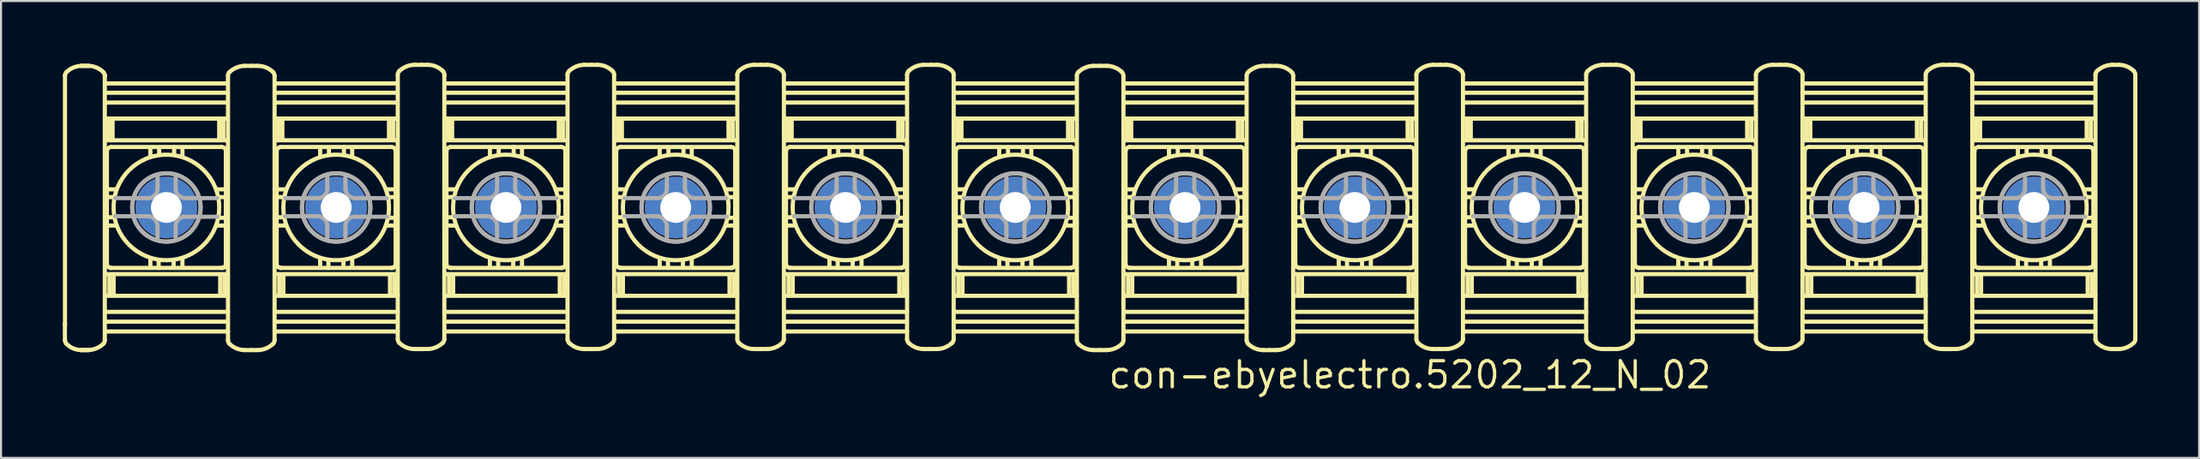
<source format=kicad_pcb>
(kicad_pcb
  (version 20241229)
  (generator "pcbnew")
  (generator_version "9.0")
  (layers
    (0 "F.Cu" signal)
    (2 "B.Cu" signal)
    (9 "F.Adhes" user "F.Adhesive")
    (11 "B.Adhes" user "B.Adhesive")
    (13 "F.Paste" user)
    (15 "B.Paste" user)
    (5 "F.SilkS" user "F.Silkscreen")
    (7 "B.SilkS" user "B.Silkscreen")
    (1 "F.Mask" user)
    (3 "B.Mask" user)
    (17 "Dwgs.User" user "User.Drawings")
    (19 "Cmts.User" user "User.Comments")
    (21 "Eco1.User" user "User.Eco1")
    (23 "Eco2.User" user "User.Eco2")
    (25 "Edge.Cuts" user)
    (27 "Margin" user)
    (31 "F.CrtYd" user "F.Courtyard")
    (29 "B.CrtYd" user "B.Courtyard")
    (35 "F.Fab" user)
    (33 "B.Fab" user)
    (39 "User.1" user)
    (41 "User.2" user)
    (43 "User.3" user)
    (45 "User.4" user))
  (footprint "con-ebyelectro.5202_12_N_02"
    (layer "F.Cu")
    (at 50.411 7.043)
    (property "Reference" "con-ebyelectro.5202_12_N_02" (at 0.315 8.89 0) (layer "F.SilkS") (effects (font (size 1.27 1.27) (thickness 0.16)) (justify left bottom)))
    (attr through_hole)
    (fp_line (start -50.304 -6.411) (end -50.304 5.682) (stroke (width 0.203) (type default)) (layer "F.SilkS"))
    (fp_line (start -50.304 5.682) (end -50.304 5.707) (stroke (width 0.203) (type default)) (layer "F.SilkS"))
    (fp_line (start -48.368 -6.411) (end -48.368 -6.436) (stroke (width 0.203) (type default)) (layer "F.SilkS"))
    (fp_line (start -48.368 6.461) (end -48.368 -6.411) (stroke (width 0.203) (type default)) (layer "F.SilkS"))
    (fp_line (start -48.342 3.243) (end -42.433 3.243) (stroke (width 0.203) (type default)) (layer "F.SilkS"))
    (fp_line (start -48.342 4.299) (end -42.383 4.299) (stroke (width 0.203) (type default)) (layer "F.SilkS"))
    (fp_line (start -48.342 5.079) (end -42.383 5.079) (stroke (width 0.203) (type default)) (layer "F.SilkS"))
    (fp_line (start -48.342 5.556) (end -42.408 5.556) (stroke (width 0.203) (type default)) (layer "F.SilkS"))
    (fp_line (start -48.342 6.034) (end -42.383 6.034) (stroke (width 0.203) (type default)) (layer "F.SilkS"))
    (fp_line (start -48.317 0.88) (end -47.814 0.88) (stroke (width 0.203) (type default)) (layer "F.SilkS"))
    (fp_line (start -48.266 -2.741) (end -48.266 2.74) (stroke (width 0.203) (type default)) (layer "F.SilkS"))
    (fp_line (start -48.241 -0.88) (end -47.814 -0.88) (stroke (width 0.203) (type default)) (layer "F.SilkS"))
    (fp_line (start -48.241 -0.503) (end -47.914 -0.503) (stroke (width 0.203) (type default)) (layer "F.SilkS"))
    (fp_line (start -48.241 0.478) (end -47.914 0.478) (stroke (width 0.203) (type default)) (layer "F.SilkS"))
    (fp_line (start -48.19 -3.319) (end -48.19 -4.299) (stroke (width 0.203) (type default)) (layer "F.SilkS"))
    (fp_line (start -48.141 3.268) (end -48.141 4.274) (stroke (width 0.203) (type default)) (layer "F.SilkS"))
    (fp_line (start -48.065 2.942) (end -48.065 2.942) (stroke (width 0.203) (type default)) (layer "F.SilkS"))
    (fp_line (start -48.065 2.942) (end -42.66 2.942) (stroke (width 0.203) (type default)) (layer "F.SilkS"))
    (fp_line (start -47.99 -3.294) (end -47.99 -4.274) (stroke (width 0.203) (type default)) (layer "F.SilkS"))
    (fp_line (start -47.941 3.293) (end -47.941 4.274) (stroke (width 0.203) (type default)) (layer "F.SilkS"))
    (fp_line (start -46.154 -2.464) (end -46.154 -2.917) (stroke (width 0.203) (type default)) (layer "F.SilkS"))
    (fp_line (start -46.154 2.917) (end -46.154 2.489) (stroke (width 0.203) (type default)) (layer "F.SilkS"))
    (fp_line (start -45.752 2.942) (end -45.752 2.564) (stroke (width 0.203) (type default)) (layer "F.SilkS"))
    (fp_line (start -45.727 -2.564) (end -45.727 -2.917) (stroke (width 0.203) (type default)) (layer "F.SilkS"))
    (fp_line (start -45.023 2.564) (end -45.023 2.917) (stroke (width 0.203) (type default)) (layer "F.SilkS"))
    (fp_line (start -44.998 -2.942) (end -44.998 -2.564) (stroke (width 0.203) (type default)) (layer "F.SilkS"))
    (fp_line (start -44.596 -2.917) (end -44.596 -2.489) (stroke (width 0.203) (type default)) (layer "F.SilkS"))
    (fp_line (start -44.596 2.464) (end -44.596 2.917) (stroke (width 0.203) (type default)) (layer "F.SilkS"))
    (fp_line (start -42.809 -3.319) (end -42.809 -4.274) (stroke (width 0.203) (type default)) (layer "F.SilkS"))
    (fp_line (start -42.76 3.294) (end -42.76 4.274) (stroke (width 0.203) (type default)) (layer "F.SilkS"))
    (fp_line (start -42.686 -2.942) (end -48.067 -2.942) (stroke (width 0.203) (type default)) (layer "F.SilkS"))
    (fp_line (start -42.609 -3.294) (end -42.609 -4.249) (stroke (width 0.203) (type default)) (layer "F.SilkS"))
    (fp_line (start -42.56 3.293) (end -42.56 4.274) (stroke (width 0.203) (type default)) (layer "F.SilkS"))
    (fp_line (start -42.509 -0.88) (end -42.936 -0.88) (stroke (width 0.203) (type default)) (layer "F.SilkS"))
    (fp_line (start -42.509 -0.503) (end -42.81 -0.503) (stroke (width 0.203) (type default)) (layer "F.SilkS"))
    (fp_line (start -42.509 0.503) (end -42.836 0.503) (stroke (width 0.203) (type default)) (layer "F.SilkS"))
    (fp_line (start -42.509 0.88) (end -42.936 0.88) (stroke (width 0.203) (type default)) (layer "F.SilkS"))
    (fp_line (start -42.484 2.766) (end -42.484 -2.74) (stroke (width 0.203) (type default)) (layer "F.SilkS"))
    (fp_line (start -42.432 -5.581) (end -48.34 -5.581) (stroke (width 0.203) (type default)) (layer "F.SilkS"))
    (fp_line (start -42.432 -5.104) (end -48.34 -5.104) (stroke (width 0.203) (type default)) (layer "F.SilkS"))
    (fp_line (start -42.432 -4.324) (end -48.34 -4.324) (stroke (width 0.203) (type default)) (layer "F.SilkS"))
    (fp_line (start -42.432 -3.268) (end -48.29 -3.268) (stroke (width 0.203) (type default)) (layer "F.SilkS"))
    (fp_line (start -42.408 -6.034) (end -48.367 -6.034) (stroke (width 0.203) (type default)) (layer "F.SilkS"))
    (fp_line (start -42.382 -6.411) (end -42.382 6.462) (stroke (width 0.203) (type default)) (layer "F.SilkS"))
    (fp_line (start -40.118 6.461) (end -40.118 -6.411) (stroke (width 0.203) (type default)) (layer "F.SilkS"))
    (fp_line (start -40.092 3.243) (end -34.183 3.243) (stroke (width 0.203) (type default)) (layer "F.SilkS"))
    (fp_line (start -40.092 4.299) (end -34.133 4.299) (stroke (width 0.203) (type default)) (layer "F.SilkS"))
    (fp_line (start -40.092 5.079) (end -34.133 5.079) (stroke (width 0.203) (type default)) (layer "F.SilkS"))
    (fp_line (start -40.092 5.556) (end -34.158 5.556) (stroke (width 0.203) (type default)) (layer "F.SilkS"))
    (fp_line (start -40.092 6.034) (end -34.133 6.034) (stroke (width 0.203) (type default)) (layer "F.SilkS"))
    (fp_line (start -40.067 0.88) (end -39.564 0.88) (stroke (width 0.203) (type default)) (layer "F.SilkS"))
    (fp_line (start -40.016 -2.741) (end -40.016 2.74) (stroke (width 0.203) (type default)) (layer "F.SilkS"))
    (fp_line (start -39.991 -0.88) (end -39.564 -0.88) (stroke (width 0.203) (type default)) (layer "F.SilkS"))
    (fp_line (start -39.991 -0.503) (end -39.664 -0.503) (stroke (width 0.203) (type default)) (layer "F.SilkS"))
    (fp_line (start -39.991 0.478) (end -39.664 0.478) (stroke (width 0.203) (type default)) (layer "F.SilkS"))
    (fp_line (start -39.94 -3.319) (end -39.94 -4.299) (stroke (width 0.203) (type default)) (layer "F.SilkS"))
    (fp_line (start -39.891 3.268) (end -39.891 4.274) (stroke (width 0.203) (type default)) (layer "F.SilkS"))
    (fp_line (start -39.815 2.942) (end -39.815 2.942) (stroke (width 0.203) (type default)) (layer "F.SilkS"))
    (fp_line (start -39.815 2.942) (end -34.41 2.942) (stroke (width 0.203) (type default)) (layer "F.SilkS"))
    (fp_line (start -39.74 -3.294) (end -39.74 -4.274) (stroke (width 0.203) (type default)) (layer "F.SilkS"))
    (fp_line (start -39.691 3.293) (end -39.691 4.274) (stroke (width 0.203) (type default)) (layer "F.SilkS"))
    (fp_line (start -37.904 -2.464) (end -37.904 -2.917) (stroke (width 0.203) (type default)) (layer "F.SilkS"))
    (fp_line (start -37.904 2.917) (end -37.904 2.489) (stroke (width 0.203) (type default)) (layer "F.SilkS"))
    (fp_line (start -37.502 2.942) (end -37.502 2.564) (stroke (width 0.203) (type default)) (layer "F.SilkS"))
    (fp_line (start -37.477 -2.564) (end -37.477 -2.917) (stroke (width 0.203) (type default)) (layer "F.SilkS"))
    (fp_line (start -36.773 2.564) (end -36.773 2.917) (stroke (width 0.203) (type default)) (layer "F.SilkS"))
    (fp_line (start -36.748 -2.942) (end -36.748 -2.564) (stroke (width 0.203) (type default)) (layer "F.SilkS"))
    (fp_line (start -36.346 -2.917) (end -36.346 -2.489) (stroke (width 0.203) (type default)) (layer "F.SilkS"))
    (fp_line (start -36.346 2.464) (end -36.346 2.917) (stroke (width 0.203) (type default)) (layer "F.SilkS"))
    (fp_line (start -34.559 -3.319) (end -34.559 -4.274) (stroke (width 0.203) (type default)) (layer "F.SilkS"))
    (fp_line (start -34.51 3.294) (end -34.51 4.274) (stroke (width 0.203) (type default)) (layer "F.SilkS"))
    (fp_line (start -34.436 -2.942) (end -39.817 -2.942) (stroke (width 0.203) (type default)) (layer "F.SilkS"))
    (fp_line (start -34.359 -3.294) (end -34.359 -4.249) (stroke (width 0.203) (type default)) (layer "F.SilkS"))
    (fp_line (start -34.31 3.293) (end -34.31 4.274) (stroke (width 0.203) (type default)) (layer "F.SilkS"))
    (fp_line (start -34.259 -0.88) (end -34.686 -0.88) (stroke (width 0.203) (type default)) (layer "F.SilkS"))
    (fp_line (start -34.259 -0.503) (end -34.56 -0.503) (stroke (width 0.203) (type default)) (layer "F.SilkS"))
    (fp_line (start -34.259 0.503) (end -34.586 0.503) (stroke (width 0.203) (type default)) (layer "F.SilkS"))
    (fp_line (start -34.259 0.88) (end -34.686 0.88) (stroke (width 0.203) (type default)) (layer "F.SilkS"))
    (fp_line (start -34.234 2.766) (end -34.234 -2.74) (stroke (width 0.203) (type default)) (layer "F.SilkS"))
    (fp_line (start -34.182 -5.581) (end -40.09 -5.581) (stroke (width 0.203) (type default)) (layer "F.SilkS"))
    (fp_line (start -34.182 -5.104) (end -40.09 -5.104) (stroke (width 0.203) (type default)) (layer "F.SilkS"))
    (fp_line (start -34.182 -4.324) (end -40.09 -4.324) (stroke (width 0.203) (type default)) (layer "F.SilkS"))
    (fp_line (start -34.182 -3.268) (end -40.04 -3.268) (stroke (width 0.203) (type default)) (layer "F.SilkS"))
    (fp_line (start -34.158 -6.034) (end -40.117 -6.034) (stroke (width 0.203) (type default)) (layer "F.SilkS"))
    (fp_line (start -34.132 -6.461) (end -34.132 6.411) (stroke (width 0.203) (type default)) (layer "F.SilkS"))
    (fp_line (start -31.868 6.411) (end -31.868 -6.462) (stroke (width 0.203) (type default)) (layer "F.SilkS"))
    (fp_line (start -31.842 3.243) (end -25.933 3.243) (stroke (width 0.203) (type default)) (layer "F.SilkS"))
    (fp_line (start -31.842 4.299) (end -25.883 4.299) (stroke (width 0.203) (type default)) (layer "F.SilkS"))
    (fp_line (start -31.842 5.079) (end -25.883 5.079) (stroke (width 0.203) (type default)) (layer "F.SilkS"))
    (fp_line (start -31.842 5.556) (end -25.908 5.556) (stroke (width 0.203) (type default)) (layer "F.SilkS"))
    (fp_line (start -31.842 6.034) (end -25.883 6.034) (stroke (width 0.203) (type default)) (layer "F.SilkS"))
    (fp_line (start -31.817 0.88) (end -31.314 0.88) (stroke (width 0.203) (type default)) (layer "F.SilkS"))
    (fp_line (start -31.766 -2.741) (end -31.766 2.74) (stroke (width 0.203) (type default)) (layer "F.SilkS"))
    (fp_line (start -31.741 -0.88) (end -31.314 -0.88) (stroke (width 0.203) (type default)) (layer "F.SilkS"))
    (fp_line (start -31.741 -0.503) (end -31.414 -0.503) (stroke (width 0.203) (type default)) (layer "F.SilkS"))
    (fp_line (start -31.741 0.478) (end -31.414 0.478) (stroke (width 0.203) (type default)) (layer "F.SilkS"))
    (fp_line (start -31.689 -3.319) (end -31.689 -4.299) (stroke (width 0.203) (type default)) (layer "F.SilkS"))
    (fp_line (start -31.641 3.268) (end -31.641 4.274) (stroke (width 0.203) (type default)) (layer "F.SilkS"))
    (fp_line (start -31.565 2.942) (end -31.565 2.942) (stroke (width 0.203) (type default)) (layer "F.SilkS"))
    (fp_line (start -31.565 2.942) (end -26.16 2.942) (stroke (width 0.203) (type default)) (layer "F.SilkS"))
    (fp_line (start -31.49 -3.294) (end -31.49 -4.274) (stroke (width 0.203) (type default)) (layer "F.SilkS"))
    (fp_line (start -31.441 3.293) (end -31.441 4.274) (stroke (width 0.203) (type default)) (layer "F.SilkS"))
    (fp_line (start -29.654 -2.464) (end -29.654 -2.917) (stroke (width 0.203) (type default)) (layer "F.SilkS"))
    (fp_line (start -29.654 2.917) (end -29.654 2.489) (stroke (width 0.203) (type default)) (layer "F.SilkS"))
    (fp_line (start -29.252 2.942) (end -29.252 2.564) (stroke (width 0.203) (type default)) (layer "F.SilkS"))
    (fp_line (start -29.227 -2.564) (end -29.227 -2.917) (stroke (width 0.203) (type default)) (layer "F.SilkS"))
    (fp_line (start -28.523 2.564) (end -28.523 2.917) (stroke (width 0.203) (type default)) (layer "F.SilkS"))
    (fp_line (start -28.498 -2.942) (end -28.498 -2.564) (stroke (width 0.203) (type default)) (layer "F.SilkS"))
    (fp_line (start -28.096 -2.917) (end -28.096 -2.489) (stroke (width 0.203) (type default)) (layer "F.SilkS"))
    (fp_line (start -28.096 2.464) (end -28.096 2.917) (stroke (width 0.203) (type default)) (layer "F.SilkS"))
    (fp_line (start -26.309 -3.319) (end -26.309 -4.274) (stroke (width 0.203) (type default)) (layer "F.SilkS"))
    (fp_line (start -26.26 3.294) (end -26.26 4.274) (stroke (width 0.203) (type default)) (layer "F.SilkS"))
    (fp_line (start -26.186 -2.942) (end -31.567 -2.942) (stroke (width 0.203) (type default)) (layer "F.SilkS"))
    (fp_line (start -26.109 -3.294) (end -26.109 -4.249) (stroke (width 0.203) (type default)) (layer "F.SilkS"))
    (fp_line (start -26.061 3.293) (end -26.061 4.274) (stroke (width 0.203) (type default)) (layer "F.SilkS"))
    (fp_line (start -26.009 -0.88) (end -26.436 -0.88) (stroke (width 0.203) (type default)) (layer "F.SilkS"))
    (fp_line (start -26.009 -0.503) (end -26.311 -0.503) (stroke (width 0.203) (type default)) (layer "F.SilkS"))
    (fp_line (start -26.009 0.503) (end -26.336 0.503) (stroke (width 0.203) (type default)) (layer "F.SilkS"))
    (fp_line (start -26.009 0.88) (end -26.436 0.88) (stroke (width 0.203) (type default)) (layer "F.SilkS"))
    (fp_line (start -25.984 2.766) (end -25.984 -2.74) (stroke (width 0.203) (type default)) (layer "F.SilkS"))
    (fp_line (start -25.932 -5.581) (end -31.84 -5.581) (stroke (width 0.203) (type default)) (layer "F.SilkS"))
    (fp_line (start -25.932 -5.104) (end -31.84 -5.104) (stroke (width 0.203) (type default)) (layer "F.SilkS"))
    (fp_line (start -25.932 -4.324) (end -31.84 -4.324) (stroke (width 0.203) (type default)) (layer "F.SilkS"))
    (fp_line (start -25.932 -3.268) (end -31.79 -3.268) (stroke (width 0.203) (type default)) (layer "F.SilkS"))
    (fp_line (start -25.908 -6.034) (end -31.867 -6.034) (stroke (width 0.203) (type default)) (layer "F.SilkS"))
    (fp_line (start -25.882 -6.461) (end -25.882 6.411) (stroke (width 0.203) (type default)) (layer "F.SilkS"))
    (fp_line (start -23.618 6.411) (end -23.618 -6.462) (stroke (width 0.203) (type default)) (layer "F.SilkS"))
    (fp_line (start -23.592 3.243) (end -17.683 3.243) (stroke (width 0.203) (type default)) (layer "F.SilkS"))
    (fp_line (start -23.592 4.299) (end -17.633 4.299) (stroke (width 0.203) (type default)) (layer "F.SilkS"))
    (fp_line (start -23.592 5.079) (end -17.633 5.079) (stroke (width 0.203) (type default)) (layer "F.SilkS"))
    (fp_line (start -23.592 5.556) (end -17.658 5.556) (stroke (width 0.203) (type default)) (layer "F.SilkS"))
    (fp_line (start -23.592 6.034) (end -17.633 6.034) (stroke (width 0.203) (type default)) (layer "F.SilkS"))
    (fp_line (start -23.567 0.88) (end -23.064 0.88) (stroke (width 0.203) (type default)) (layer "F.SilkS"))
    (fp_line (start -23.516 -2.741) (end -23.516 2.74) (stroke (width 0.203) (type default)) (layer "F.SilkS"))
    (fp_line (start -23.491 -0.88) (end -23.064 -0.88) (stroke (width 0.203) (type default)) (layer "F.SilkS"))
    (fp_line (start -23.491 -0.503) (end -23.164 -0.503) (stroke (width 0.203) (type default)) (layer "F.SilkS"))
    (fp_line (start -23.491 0.478) (end -23.164 0.478) (stroke (width 0.203) (type default)) (layer "F.SilkS"))
    (fp_line (start -23.439 -3.319) (end -23.439 -4.299) (stroke (width 0.203) (type default)) (layer "F.SilkS"))
    (fp_line (start -23.391 3.268) (end -23.391 4.274) (stroke (width 0.203) (type default)) (layer "F.SilkS"))
    (fp_line (start -23.315 2.942) (end -23.315 2.942) (stroke (width 0.203) (type default)) (layer "F.SilkS"))
    (fp_line (start -23.315 2.942) (end -17.91 2.942) (stroke (width 0.203) (type default)) (layer "F.SilkS"))
    (fp_line (start -23.24 -3.294) (end -23.24 -4.274) (stroke (width 0.203) (type default)) (layer "F.SilkS"))
    (fp_line (start -23.191 3.293) (end -23.191 4.274) (stroke (width 0.203) (type default)) (layer "F.SilkS"))
    (fp_line (start -21.404 -2.464) (end -21.404 -2.917) (stroke (width 0.203) (type default)) (layer "F.SilkS"))
    (fp_line (start -21.404 2.917) (end -21.404 2.489) (stroke (width 0.203) (type default)) (layer "F.SilkS"))
    (fp_line (start -21.002 2.942) (end -21.002 2.564) (stroke (width 0.203) (type default)) (layer "F.SilkS"))
    (fp_line (start -20.977 -2.564) (end -20.977 -2.917) (stroke (width 0.203) (type default)) (layer "F.SilkS"))
    (fp_line (start -20.273 2.564) (end -20.273 2.917) (stroke (width 0.203) (type default)) (layer "F.SilkS"))
    (fp_line (start -20.248 -2.942) (end -20.248 -2.564) (stroke (width 0.203) (type default)) (layer "F.SilkS"))
    (fp_line (start -19.846 -2.917) (end -19.846 -2.489) (stroke (width 0.203) (type default)) (layer "F.SilkS"))
    (fp_line (start -19.846 2.464) (end -19.846 2.917) (stroke (width 0.203) (type default)) (layer "F.SilkS"))
    (fp_line (start -18.059 -3.319) (end -18.059 -4.274) (stroke (width 0.203) (type default)) (layer "F.SilkS"))
    (fp_line (start -18.01 3.294) (end -18.01 4.274) (stroke (width 0.203) (type default)) (layer "F.SilkS"))
    (fp_line (start -17.936 -2.942) (end -23.317 -2.942) (stroke (width 0.203) (type default)) (layer "F.SilkS"))
    (fp_line (start -17.859 -3.294) (end -17.859 -4.249) (stroke (width 0.203) (type default)) (layer "F.SilkS"))
    (fp_line (start -17.811 3.293) (end -17.811 4.274) (stroke (width 0.203) (type default)) (layer "F.SilkS"))
    (fp_line (start -17.759 -0.88) (end -18.186 -0.88) (stroke (width 0.203) (type default)) (layer "F.SilkS"))
    (fp_line (start -17.759 -0.503) (end -18.061 -0.503) (stroke (width 0.203) (type default)) (layer "F.SilkS"))
    (fp_line (start -17.759 0.503) (end -18.086 0.503) (stroke (width 0.203) (type default)) (layer "F.SilkS"))
    (fp_line (start -17.759 0.88) (end -18.186 0.88) (stroke (width 0.203) (type default)) (layer "F.SilkS"))
    (fp_line (start -17.734 2.766) (end -17.734 -2.74) (stroke (width 0.203) (type default)) (layer "F.SilkS"))
    (fp_line (start -17.682 -5.581) (end -23.59 -5.581) (stroke (width 0.203) (type default)) (layer "F.SilkS"))
    (fp_line (start -17.682 -5.104) (end -23.59 -5.104) (stroke (width 0.203) (type default)) (layer "F.SilkS"))
    (fp_line (start -17.682 -4.324) (end -23.59 -4.324) (stroke (width 0.203) (type default)) (layer "F.SilkS"))
    (fp_line (start -17.682 -3.268) (end -23.54 -3.268) (stroke (width 0.203) (type default)) (layer "F.SilkS"))
    (fp_line (start -17.658 -6.034) (end -23.617 -6.034) (stroke (width 0.203) (type default)) (layer "F.SilkS"))
    (fp_line (start -17.632 -6.461) (end -17.632 6.411) (stroke (width 0.203) (type default)) (layer "F.SilkS"))
    (fp_line (start -15.368 6.411) (end -15.368 -6.462) (stroke (width 0.203) (type default)) (layer "F.SilkS"))
    (fp_line (start -15.342 3.243) (end -9.433 3.243) (stroke (width 0.203) (type default)) (layer "F.SilkS"))
    (fp_line (start -15.342 4.299) (end -9.383 4.299) (stroke (width 0.203) (type default)) (layer "F.SilkS"))
    (fp_line (start -15.342 5.079) (end -9.383 5.079) (stroke (width 0.203) (type default)) (layer "F.SilkS"))
    (fp_line (start -15.342 5.556) (end -9.408 5.556) (stroke (width 0.203) (type default)) (layer "F.SilkS"))
    (fp_line (start -15.342 6.034) (end -9.383 6.034) (stroke (width 0.203) (type default)) (layer "F.SilkS"))
    (fp_line (start -15.317 0.88) (end -14.814 0.88) (stroke (width 0.203) (type default)) (layer "F.SilkS"))
    (fp_line (start -15.266 -2.741) (end -15.266 2.74) (stroke (width 0.203) (type default)) (layer "F.SilkS"))
    (fp_line (start -15.241 -0.88) (end -14.814 -0.88) (stroke (width 0.203) (type default)) (layer "F.SilkS"))
    (fp_line (start -15.241 -0.503) (end -14.914 -0.503) (stroke (width 0.203) (type default)) (layer "F.SilkS"))
    (fp_line (start -15.241 0.478) (end -14.914 0.478) (stroke (width 0.203) (type default)) (layer "F.SilkS"))
    (fp_line (start -15.19 -3.319) (end -15.19 -4.299) (stroke (width 0.203) (type default)) (layer "F.SilkS"))
    (fp_line (start -15.141 3.268) (end -15.141 4.274) (stroke (width 0.203) (type default)) (layer "F.SilkS"))
    (fp_line (start -15.065 2.942) (end -15.065 2.942) (stroke (width 0.203) (type default)) (layer "F.SilkS"))
    (fp_line (start -15.065 2.942) (end -9.66 2.942) (stroke (width 0.203) (type default)) (layer "F.SilkS"))
    (fp_line (start -14.99 -3.294) (end -14.99 -4.274) (stroke (width 0.203) (type default)) (layer "F.SilkS"))
    (fp_line (start -14.941 3.293) (end -14.941 4.274) (stroke (width 0.203) (type default)) (layer "F.SilkS"))
    (fp_line (start -13.154 -2.464) (end -13.154 -2.917) (stroke (width 0.203) (type default)) (layer "F.SilkS"))
    (fp_line (start -13.154 2.917) (end -13.154 2.489) (stroke (width 0.203) (type default)) (layer "F.SilkS"))
    (fp_line (start -12.752 2.942) (end -12.752 2.564) (stroke (width 0.203) (type default)) (layer "F.SilkS"))
    (fp_line (start -12.727 -2.564) (end -12.727 -2.917) (stroke (width 0.203) (type default)) (layer "F.SilkS"))
    (fp_line (start -12.023 2.564) (end -12.023 2.917) (stroke (width 0.203) (type default)) (layer "F.SilkS"))
    (fp_line (start -11.998 -2.942) (end -11.998 -2.564) (stroke (width 0.203) (type default)) (layer "F.SilkS"))
    (fp_line (start -11.596 -2.917) (end -11.596 -2.489) (stroke (width 0.203) (type default)) (layer "F.SilkS"))
    (fp_line (start -11.596 2.464) (end -11.596 2.917) (stroke (width 0.203) (type default)) (layer "F.SilkS"))
    (fp_line (start -9.809 -3.319) (end -9.809 -4.274) (stroke (width 0.203) (type default)) (layer "F.SilkS"))
    (fp_line (start -9.76 3.294) (end -9.76 4.274) (stroke (width 0.203) (type default)) (layer "F.SilkS"))
    (fp_line (start -9.686 -2.942) (end -15.067 -2.942) (stroke (width 0.203) (type default)) (layer "F.SilkS"))
    (fp_line (start -9.609 -3.294) (end -9.609 -4.249) (stroke (width 0.203) (type default)) (layer "F.SilkS"))
    (fp_line (start -9.56 3.293) (end -9.56 4.274) (stroke (width 0.203) (type default)) (layer "F.SilkS"))
    (fp_line (start -9.509 -0.88) (end -9.936 -0.88) (stroke (width 0.203) (type default)) (layer "F.SilkS"))
    (fp_line (start -9.509 -0.503) (end -9.81 -0.503) (stroke (width 0.203) (type default)) (layer "F.SilkS"))
    (fp_line (start -9.509 0.503) (end -9.836 0.503) (stroke (width 0.203) (type default)) (layer "F.SilkS"))
    (fp_line (start -9.509 0.88) (end -9.936 0.88) (stroke (width 0.203) (type default)) (layer "F.SilkS"))
    (fp_line (start -9.484 2.766) (end -9.484 -2.74) (stroke (width 0.203) (type default)) (layer "F.SilkS"))
    (fp_line (start -9.432 -5.581) (end -15.34 -5.581) (stroke (width 0.203) (type default)) (layer "F.SilkS"))
    (fp_line (start -9.432 -5.104) (end -15.34 -5.104) (stroke (width 0.203) (type default)) (layer "F.SilkS"))
    (fp_line (start -9.432 -4.324) (end -15.34 -4.324) (stroke (width 0.203) (type default)) (layer "F.SilkS"))
    (fp_line (start -9.432 -3.268) (end -15.29 -3.268) (stroke (width 0.203) (type default)) (layer "F.SilkS"))
    (fp_line (start -9.408 -6.034) (end -15.367 -6.034) (stroke (width 0.203) (type default)) (layer "F.SilkS"))
    (fp_line (start -9.382 -6.461) (end -9.382 6.411) (stroke (width 0.203) (type default)) (layer "F.SilkS"))
    (fp_line (start -7.118 6.411) (end -7.118 -6.462) (stroke (width 0.203) (type default)) (layer "F.SilkS"))
    (fp_line (start -7.092 3.243) (end -1.183 3.243) (stroke (width 0.203) (type default)) (layer "F.SilkS"))
    (fp_line (start -7.092 4.299) (end -1.133 4.299) (stroke (width 0.203) (type default)) (layer "F.SilkS"))
    (fp_line (start -7.092 5.079) (end -1.133 5.079) (stroke (width 0.203) (type default)) (layer "F.SilkS"))
    (fp_line (start -7.092 5.556) (end -1.158 5.556) (stroke (width 0.203) (type default)) (layer "F.SilkS"))
    (fp_line (start -7.092 6.034) (end -1.133 6.034) (stroke (width 0.203) (type default)) (layer "F.SilkS"))
    (fp_line (start -7.067 0.88) (end -6.564 0.88) (stroke (width 0.203) (type default)) (layer "F.SilkS"))
    (fp_line (start -7.016 -2.741) (end -7.016 2.74) (stroke (width 0.203) (type default)) (layer "F.SilkS"))
    (fp_line (start -6.991 -0.88) (end -6.564 -0.88) (stroke (width 0.203) (type default)) (layer "F.SilkS"))
    (fp_line (start -6.991 -0.503) (end -6.664 -0.503) (stroke (width 0.203) (type default)) (layer "F.SilkS"))
    (fp_line (start -6.991 0.478) (end -6.664 0.478) (stroke (width 0.203) (type default)) (layer "F.SilkS"))
    (fp_line (start -6.939 -3.319) (end -6.939 -4.299) (stroke (width 0.203) (type default)) (layer "F.SilkS"))
    (fp_line (start -6.891 3.268) (end -6.891 4.274) (stroke (width 0.203) (type default)) (layer "F.SilkS"))
    (fp_line (start -6.815 2.942) (end -6.815 2.942) (stroke (width 0.203) (type default)) (layer "F.SilkS"))
    (fp_line (start -6.815 2.942) (end -1.41 2.942) (stroke (width 0.203) (type default)) (layer "F.SilkS"))
    (fp_line (start -6.74 -3.294) (end -6.74 -4.274) (stroke (width 0.203) (type default)) (layer "F.SilkS"))
    (fp_line (start -6.691 3.293) (end -6.691 4.274) (stroke (width 0.203) (type default)) (layer "F.SilkS"))
    (fp_line (start -4.904 -2.464) (end -4.904 -2.917) (stroke (width 0.203) (type default)) (layer "F.SilkS"))
    (fp_line (start -4.904 2.917) (end -4.904 2.489) (stroke (width 0.203) (type default)) (layer "F.SilkS"))
    (fp_line (start -4.502 2.942) (end -4.502 2.564) (stroke (width 0.203) (type default)) (layer "F.SilkS"))
    (fp_line (start -4.477 -2.564) (end -4.477 -2.917) (stroke (width 0.203) (type default)) (layer "F.SilkS"))
    (fp_line (start -3.773 2.564) (end -3.773 2.917) (stroke (width 0.203) (type default)) (layer "F.SilkS"))
    (fp_line (start -3.748 -2.942) (end -3.748 -2.564) (stroke (width 0.203) (type default)) (layer "F.SilkS"))
    (fp_line (start -3.346 -2.917) (end -3.346 -2.489) (stroke (width 0.203) (type default)) (layer "F.SilkS"))
    (fp_line (start -3.346 2.464) (end -3.346 2.917) (stroke (width 0.203) (type default)) (layer "F.SilkS"))
    (fp_line (start -1.559 -3.319) (end -1.559 -4.274) (stroke (width 0.203) (type default)) (layer "F.SilkS"))
    (fp_line (start -1.51 3.294) (end -1.51 4.274) (stroke (width 0.203) (type default)) (layer "F.SilkS"))
    (fp_line (start -1.436 -2.942) (end -6.817 -2.942) (stroke (width 0.203) (type default)) (layer "F.SilkS"))
    (fp_line (start -1.359 -3.294) (end -1.359 -4.249) (stroke (width 0.203) (type default)) (layer "F.SilkS"))
    (fp_line (start -1.31 3.293) (end -1.31 4.274) (stroke (width 0.203) (type default)) (layer "F.SilkS"))
    (fp_line (start -1.259 -0.88) (end -1.686 -0.88) (stroke (width 0.203) (type default)) (layer "F.SilkS"))
    (fp_line (start -1.259 -0.503) (end -1.56 -0.503) (stroke (width 0.203) (type default)) (layer "F.SilkS"))
    (fp_line (start -1.259 0.503) (end -1.586 0.503) (stroke (width 0.203) (type default)) (layer "F.SilkS"))
    (fp_line (start -1.259 0.88) (end -1.686 0.88) (stroke (width 0.203) (type default)) (layer "F.SilkS"))
    (fp_line (start -1.234 2.766) (end -1.234 -2.74) (stroke (width 0.203) (type default)) (layer "F.SilkS"))
    (fp_line (start -1.182 -5.581) (end -7.09 -5.581) (stroke (width 0.203) (type default)) (layer "F.SilkS"))
    (fp_line (start -1.182 -5.104) (end -7.09 -5.104) (stroke (width 0.203) (type default)) (layer "F.SilkS"))
    (fp_line (start -1.182 -4.324) (end -7.09 -4.324) (stroke (width 0.203) (type default)) (layer "F.SilkS"))
    (fp_line (start -1.182 -3.268) (end -7.04 -3.268) (stroke (width 0.203) (type default)) (layer "F.SilkS"))
    (fp_line (start -1.158 -6.034) (end -7.117 -6.034) (stroke (width 0.203) (type default)) (layer "F.SilkS"))
    (fp_line (start -1.132 -6.411) (end -1.132 6.462) (stroke (width 0.203) (type default)) (layer "F.SilkS"))
    (fp_line (start 1.132 6.461) (end 1.132 -6.411) (stroke (width 0.203) (type default)) (layer "F.SilkS"))
    (fp_line (start 1.158 3.243) (end 7.067 3.243) (stroke (width 0.203) (type default)) (layer "F.SilkS"))
    (fp_line (start 1.158 4.299) (end 7.117 4.299) (stroke (width 0.203) (type default)) (layer "F.SilkS"))
    (fp_line (start 1.158 5.079) (end 7.117 5.079) (stroke (width 0.203) (type default)) (layer "F.SilkS"))
    (fp_line (start 1.158 5.556) (end 7.092 5.556) (stroke (width 0.203) (type default)) (layer "F.SilkS"))
    (fp_line (start 1.158 6.034) (end 7.117 6.034) (stroke (width 0.203) (type default)) (layer "F.SilkS"))
    (fp_line (start 1.183 0.88) (end 1.686 0.88) (stroke (width 0.203) (type default)) (layer "F.SilkS"))
    (fp_line (start 1.234 -2.741) (end 1.234 2.74) (stroke (width 0.203) (type default)) (layer "F.SilkS"))
    (fp_line (start 1.259 -0.88) (end 1.686 -0.88) (stroke (width 0.203) (type default)) (layer "F.SilkS"))
    (fp_line (start 1.259 -0.503) (end 1.586 -0.503) (stroke (width 0.203) (type default)) (layer "F.SilkS"))
    (fp_line (start 1.259 0.478) (end 1.586 0.478) (stroke (width 0.203) (type default)) (layer "F.SilkS"))
    (fp_line (start 1.31 -3.319) (end 1.31 -4.299) (stroke (width 0.203) (type default)) (layer "F.SilkS"))
    (fp_line (start 1.359 3.268) (end 1.359 4.274) (stroke (width 0.203) (type default)) (layer "F.SilkS"))
    (fp_line (start 1.435 2.942) (end 1.435 2.942) (stroke (width 0.203) (type default)) (layer "F.SilkS"))
    (fp_line (start 1.435 2.942) (end 6.84 2.942) (stroke (width 0.203) (type default)) (layer "F.SilkS"))
    (fp_line (start 1.51 -3.294) (end 1.51 -4.274) (stroke (width 0.203) (type default)) (layer "F.SilkS"))
    (fp_line (start 1.559 3.293) (end 1.559 4.274) (stroke (width 0.203) (type default)) (layer "F.SilkS"))
    (fp_line (start 3.346 -2.464) (end 3.346 -2.917) (stroke (width 0.203) (type default)) (layer "F.SilkS"))
    (fp_line (start 3.346 2.917) (end 3.346 2.489) (stroke (width 0.203) (type default)) (layer "F.SilkS"))
    (fp_line (start 3.748 2.942) (end 3.748 2.564) (stroke (width 0.203) (type default)) (layer "F.SilkS"))
    (fp_line (start 3.773 -2.564) (end 3.773 -2.917) (stroke (width 0.203) (type default)) (layer "F.SilkS"))
    (fp_line (start 4.477 2.564) (end 4.477 2.917) (stroke (width 0.203) (type default)) (layer "F.SilkS"))
    (fp_line (start 4.502 -2.942) (end 4.502 -2.564) (stroke (width 0.203) (type default)) (layer "F.SilkS"))
    (fp_line (start 4.904 -2.917) (end 4.904 -2.489) (stroke (width 0.203) (type default)) (layer "F.SilkS"))
    (fp_line (start 4.904 2.464) (end 4.904 2.917) (stroke (width 0.203) (type default)) (layer "F.SilkS"))
    (fp_line (start 6.691 -3.319) (end 6.691 -4.274) (stroke (width 0.203) (type default)) (layer "F.SilkS"))
    (fp_line (start 6.74 3.294) (end 6.74 4.274) (stroke (width 0.203) (type default)) (layer "F.SilkS"))
    (fp_line (start 6.814 -2.942) (end 1.433 -2.942) (stroke (width 0.203) (type default)) (layer "F.SilkS"))
    (fp_line (start 6.891 -3.294) (end 6.891 -4.249) (stroke (width 0.203) (type default)) (layer "F.SilkS"))
    (fp_line (start 6.939 3.293) (end 6.939 4.274) (stroke (width 0.203) (type default)) (layer "F.SilkS"))
    (fp_line (start 6.991 -0.88) (end 6.564 -0.88) (stroke (width 0.203) (type default)) (layer "F.SilkS"))
    (fp_line (start 6.991 -0.503) (end 6.689 -0.503) (stroke (width 0.203) (type default)) (layer "F.SilkS"))
    (fp_line (start 6.991 0.503) (end 6.664 0.503) (stroke (width 0.203) (type default)) (layer "F.SilkS"))
    (fp_line (start 6.991 0.88) (end 6.564 0.88) (stroke (width 0.203) (type default)) (layer "F.SilkS"))
    (fp_line (start 7.016 2.766) (end 7.016 -2.74) (stroke (width 0.203) (type default)) (layer "F.SilkS"))
    (fp_line (start 7.068 -5.581) (end 1.16 -5.581) (stroke (width 0.203) (type default)) (layer "F.SilkS"))
    (fp_line (start 7.068 -5.104) (end 1.16 -5.104) (stroke (width 0.203) (type default)) (layer "F.SilkS"))
    (fp_line (start 7.068 -4.324) (end 1.16 -4.324) (stroke (width 0.203) (type default)) (layer "F.SilkS"))
    (fp_line (start 7.068 -3.268) (end 1.21 -3.268) (stroke (width 0.203) (type default)) (layer "F.SilkS"))
    (fp_line (start 7.092 -6.034) (end 1.133 -6.034) (stroke (width 0.203) (type default)) (layer "F.SilkS"))
    (fp_line (start 7.118 -6.411) (end 7.118 6.462) (stroke (width 0.203) (type default)) (layer "F.SilkS"))
    (fp_line (start 9.382 6.461) (end 9.382 -6.411) (stroke (width 0.203) (type default)) (layer "F.SilkS"))
    (fp_line (start 9.408 3.243) (end 15.317 3.243) (stroke (width 0.203) (type default)) (layer "F.SilkS"))
    (fp_line (start 9.408 4.299) (end 15.367 4.299) (stroke (width 0.203) (type default)) (layer "F.SilkS"))
    (fp_line (start 9.408 5.079) (end 15.367 5.079) (stroke (width 0.203) (type default)) (layer "F.SilkS"))
    (fp_line (start 9.408 5.556) (end 15.342 5.556) (stroke (width 0.203) (type default)) (layer "F.SilkS"))
    (fp_line (start 9.408 6.034) (end 15.367 6.034) (stroke (width 0.203) (type default)) (layer "F.SilkS"))
    (fp_line (start 9.433 0.88) (end 9.936 0.88) (stroke (width 0.203) (type default)) (layer "F.SilkS"))
    (fp_line (start 9.484 -2.741) (end 9.484 2.74) (stroke (width 0.203) (type default)) (layer "F.SilkS"))
    (fp_line (start 9.509 -0.88) (end 9.936 -0.88) (stroke (width 0.203) (type default)) (layer "F.SilkS"))
    (fp_line (start 9.509 -0.503) (end 9.836 -0.503) (stroke (width 0.203) (type default)) (layer "F.SilkS"))
    (fp_line (start 9.509 0.478) (end 9.836 0.478) (stroke (width 0.203) (type default)) (layer "F.SilkS"))
    (fp_line (start 9.56 -3.319) (end 9.56 -4.299) (stroke (width 0.203) (type default)) (layer "F.SilkS"))
    (fp_line (start 9.609 3.268) (end 9.609 4.274) (stroke (width 0.203) (type default)) (layer "F.SilkS"))
    (fp_line (start 9.685 2.942) (end 9.685 2.942) (stroke (width 0.203) (type default)) (layer "F.SilkS"))
    (fp_line (start 9.685 2.942) (end 15.09 2.942) (stroke (width 0.203) (type default)) (layer "F.SilkS"))
    (fp_line (start 9.76 -3.294) (end 9.76 -4.274) (stroke (width 0.203) (type default)) (layer "F.SilkS"))
    (fp_line (start 9.809 3.293) (end 9.809 4.274) (stroke (width 0.203) (type default)) (layer "F.SilkS"))
    (fp_line (start 11.596 -2.464) (end 11.596 -2.917) (stroke (width 0.203) (type default)) (layer "F.SilkS"))
    (fp_line (start 11.596 2.917) (end 11.596 2.489) (stroke (width 0.203) (type default)) (layer "F.SilkS"))
    (fp_line (start 11.998 2.942) (end 11.998 2.564) (stroke (width 0.203) (type default)) (layer "F.SilkS"))
    (fp_line (start 12.023 -2.564) (end 12.023 -2.917) (stroke (width 0.203) (type default)) (layer "F.SilkS"))
    (fp_line (start 12.727 2.564) (end 12.727 2.917) (stroke (width 0.203) (type default)) (layer "F.SilkS"))
    (fp_line (start 12.752 -2.942) (end 12.752 -2.564) (stroke (width 0.203) (type default)) (layer "F.SilkS"))
    (fp_line (start 13.154 -2.917) (end 13.154 -2.489) (stroke (width 0.203) (type default)) (layer "F.SilkS"))
    (fp_line (start 13.154 2.464) (end 13.154 2.917) (stroke (width 0.203) (type default)) (layer "F.SilkS"))
    (fp_line (start 14.941 -3.319) (end 14.941 -4.274) (stroke (width 0.203) (type default)) (layer "F.SilkS"))
    (fp_line (start 14.99 3.294) (end 14.99 4.274) (stroke (width 0.203) (type default)) (layer "F.SilkS"))
    (fp_line (start 15.064 -2.942) (end 9.683 -2.942) (stroke (width 0.203) (type default)) (layer "F.SilkS"))
    (fp_line (start 15.141 -3.294) (end 15.141 -4.249) (stroke (width 0.203) (type default)) (layer "F.SilkS"))
    (fp_line (start 15.19 3.293) (end 15.19 4.274) (stroke (width 0.203) (type default)) (layer "F.SilkS"))
    (fp_line (start 15.241 -0.88) (end 14.814 -0.88) (stroke (width 0.203) (type default)) (layer "F.SilkS"))
    (fp_line (start 15.241 -0.503) (end 14.94 -0.503) (stroke (width 0.203) (type default)) (layer "F.SilkS"))
    (fp_line (start 15.241 0.503) (end 14.914 0.503) (stroke (width 0.203) (type default)) (layer "F.SilkS"))
    (fp_line (start 15.241 0.88) (end 14.814 0.88) (stroke (width 0.203) (type default)) (layer "F.SilkS"))
    (fp_line (start 15.266 2.766) (end 15.266 -2.74) (stroke (width 0.203) (type default)) (layer "F.SilkS"))
    (fp_line (start 15.318 -5.581) (end 9.41 -5.581) (stroke (width 0.203) (type default)) (layer "F.SilkS"))
    (fp_line (start 15.318 -5.104) (end 9.41 -5.104) (stroke (width 0.203) (type default)) (layer "F.SilkS"))
    (fp_line (start 15.318 -4.324) (end 9.41 -4.324) (stroke (width 0.203) (type default)) (layer "F.SilkS"))
    (fp_line (start 15.318 -3.268) (end 9.46 -3.268) (stroke (width 0.203) (type default)) (layer "F.SilkS"))
    (fp_line (start 15.342 -6.034) (end 9.383 -6.034) (stroke (width 0.203) (type default)) (layer "F.SilkS"))
    (fp_line (start 15.368 -6.461) (end 15.368 6.411) (stroke (width 0.203) (type default)) (layer "F.SilkS"))
    (fp_line (start 17.632 6.411) (end 17.632 -6.462) (stroke (width 0.203) (type default)) (layer "F.SilkS"))
    (fp_line (start 17.658 3.243) (end 23.567 3.243) (stroke (width 0.203) (type default)) (layer "F.SilkS"))
    (fp_line (start 17.658 4.299) (end 23.617 4.299) (stroke (width 0.203) (type default)) (layer "F.SilkS"))
    (fp_line (start 17.658 5.079) (end 23.617 5.079) (stroke (width 0.203) (type default)) (layer "F.SilkS"))
    (fp_line (start 17.658 5.556) (end 23.592 5.556) (stroke (width 0.203) (type default)) (layer "F.SilkS"))
    (fp_line (start 17.658 6.034) (end 23.617 6.034) (stroke (width 0.203) (type default)) (layer "F.SilkS"))
    (fp_line (start 17.683 0.88) (end 18.186 0.88) (stroke (width 0.203) (type default)) (layer "F.SilkS"))
    (fp_line (start 17.734 -2.741) (end 17.734 2.74) (stroke (width 0.203) (type default)) (layer "F.SilkS"))
    (fp_line (start 17.759 -0.88) (end 18.186 -0.88) (stroke (width 0.203) (type default)) (layer "F.SilkS"))
    (fp_line (start 17.759 -0.503) (end 18.086 -0.503) (stroke (width 0.203) (type default)) (layer "F.SilkS"))
    (fp_line (start 17.759 0.478) (end 18.086 0.478) (stroke (width 0.203) (type default)) (layer "F.SilkS"))
    (fp_line (start 17.811 -3.319) (end 17.811 -4.299) (stroke (width 0.203) (type default)) (layer "F.SilkS"))
    (fp_line (start 17.859 3.268) (end 17.859 4.274) (stroke (width 0.203) (type default)) (layer "F.SilkS"))
    (fp_line (start 17.935 2.942) (end 17.935 2.942) (stroke (width 0.203) (type default)) (layer "F.SilkS"))
    (fp_line (start 17.935 2.942) (end 23.34 2.942) (stroke (width 0.203) (type default)) (layer "F.SilkS"))
    (fp_line (start 18.01 -3.294) (end 18.01 -4.274) (stroke (width 0.203) (type default)) (layer "F.SilkS"))
    (fp_line (start 18.059 3.293) (end 18.059 4.274) (stroke (width 0.203) (type default)) (layer "F.SilkS"))
    (fp_line (start 19.846 -2.464) (end 19.846 -2.917) (stroke (width 0.203) (type default)) (layer "F.SilkS"))
    (fp_line (start 19.846 2.917) (end 19.846 2.489) (stroke (width 0.203) (type default)) (layer "F.SilkS"))
    (fp_line (start 20.248 2.942) (end 20.248 2.564) (stroke (width 0.203) (type default)) (layer "F.SilkS"))
    (fp_line (start 20.273 -2.564) (end 20.273 -2.917) (stroke (width 0.203) (type default)) (layer "F.SilkS"))
    (fp_line (start 20.977 2.564) (end 20.977 2.917) (stroke (width 0.203) (type default)) (layer "F.SilkS"))
    (fp_line (start 21.002 -2.942) (end 21.002 -2.564) (stroke (width 0.203) (type default)) (layer "F.SilkS"))
    (fp_line (start 21.404 -2.917) (end 21.404 -2.489) (stroke (width 0.203) (type default)) (layer "F.SilkS"))
    (fp_line (start 21.404 2.464) (end 21.404 2.917) (stroke (width 0.203) (type default)) (layer "F.SilkS"))
    (fp_line (start 23.191 -3.319) (end 23.191 -4.274) (stroke (width 0.203) (type default)) (layer "F.SilkS"))
    (fp_line (start 23.24 3.294) (end 23.24 4.274) (stroke (width 0.203) (type default)) (layer "F.SilkS"))
    (fp_line (start 23.314 -2.942) (end 17.933 -2.942) (stroke (width 0.203) (type default)) (layer "F.SilkS"))
    (fp_line (start 23.391 -3.294) (end 23.391 -4.249) (stroke (width 0.203) (type default)) (layer "F.SilkS"))
    (fp_line (start 23.439 3.293) (end 23.439 4.274) (stroke (width 0.203) (type default)) (layer "F.SilkS"))
    (fp_line (start 23.491 -0.88) (end 23.064 -0.88) (stroke (width 0.203) (type default)) (layer "F.SilkS"))
    (fp_line (start 23.491 -0.503) (end 23.189 -0.503) (stroke (width 0.203) (type default)) (layer "F.SilkS"))
    (fp_line (start 23.491 0.503) (end 23.164 0.503) (stroke (width 0.203) (type default)) (layer "F.SilkS"))
    (fp_line (start 23.491 0.88) (end 23.064 0.88) (stroke (width 0.203) (type default)) (layer "F.SilkS"))
    (fp_line (start 23.516 2.766) (end 23.516 -2.74) (stroke (width 0.203) (type default)) (layer "F.SilkS"))
    (fp_line (start 23.568 -5.581) (end 17.66 -5.581) (stroke (width 0.203) (type default)) (layer "F.SilkS"))
    (fp_line (start 23.568 -5.104) (end 17.66 -5.104) (stroke (width 0.203) (type default)) (layer "F.SilkS"))
    (fp_line (start 23.568 -4.324) (end 17.66 -4.324) (stroke (width 0.203) (type default)) (layer "F.SilkS"))
    (fp_line (start 23.568 -3.268) (end 17.71 -3.268) (stroke (width 0.203) (type default)) (layer "F.SilkS"))
    (fp_line (start 23.592 -6.034) (end 17.633 -6.034) (stroke (width 0.203) (type default)) (layer "F.SilkS"))
    (fp_line (start 23.618 -6.461) (end 23.618 6.411) (stroke (width 0.203) (type default)) (layer "F.SilkS"))
    (fp_line (start 25.882 6.411) (end 25.882 -6.462) (stroke (width 0.203) (type default)) (layer "F.SilkS"))
    (fp_line (start 25.908 3.243) (end 31.817 3.243) (stroke (width 0.203) (type default)) (layer "F.SilkS"))
    (fp_line (start 25.908 4.299) (end 31.867 4.299) (stroke (width 0.203) (type default)) (layer "F.SilkS"))
    (fp_line (start 25.908 5.079) (end 31.867 5.079) (stroke (width 0.203) (type default)) (layer "F.SilkS"))
    (fp_line (start 25.908 5.556) (end 31.842 5.556) (stroke (width 0.203) (type default)) (layer "F.SilkS"))
    (fp_line (start 25.908 6.034) (end 31.867 6.034) (stroke (width 0.203) (type default)) (layer "F.SilkS"))
    (fp_line (start 25.933 0.88) (end 26.436 0.88) (stroke (width 0.203) (type default)) (layer "F.SilkS"))
    (fp_line (start 25.984 -2.741) (end 25.984 2.74) (stroke (width 0.203) (type default)) (layer "F.SilkS"))
    (fp_line (start 26.009 -0.88) (end 26.436 -0.88) (stroke (width 0.203) (type default)) (layer "F.SilkS"))
    (fp_line (start 26.009 -0.503) (end 26.336 -0.503) (stroke (width 0.203) (type default)) (layer "F.SilkS"))
    (fp_line (start 26.009 0.478) (end 26.336 0.478) (stroke (width 0.203) (type default)) (layer "F.SilkS"))
    (fp_line (start 26.061 -3.319) (end 26.061 -4.299) (stroke (width 0.203) (type default)) (layer "F.SilkS"))
    (fp_line (start 26.109 3.268) (end 26.109 4.274) (stroke (width 0.203) (type default)) (layer "F.SilkS"))
    (fp_line (start 26.185 2.942) (end 26.185 2.942) (stroke (width 0.203) (type default)) (layer "F.SilkS"))
    (fp_line (start 26.185 2.942) (end 31.59 2.942) (stroke (width 0.203) (type default)) (layer "F.SilkS"))
    (fp_line (start 26.26 -3.294) (end 26.26 -4.274) (stroke (width 0.203) (type default)) (layer "F.SilkS"))
    (fp_line (start 26.309 3.293) (end 26.309 4.274) (stroke (width 0.203) (type default)) (layer "F.SilkS"))
    (fp_line (start 28.096 -2.464) (end 28.096 -2.917) (stroke (width 0.203) (type default)) (layer "F.SilkS"))
    (fp_line (start 28.096 2.917) (end 28.096 2.489) (stroke (width 0.203) (type default)) (layer "F.SilkS"))
    (fp_line (start 28.498 2.942) (end 28.498 2.564) (stroke (width 0.203) (type default)) (layer "F.SilkS"))
    (fp_line (start 28.523 -2.564) (end 28.523 -2.917) (stroke (width 0.203) (type default)) (layer "F.SilkS"))
    (fp_line (start 29.227 2.564) (end 29.227 2.917) (stroke (width 0.203) (type default)) (layer "F.SilkS"))
    (fp_line (start 29.252 -2.942) (end 29.252 -2.564) (stroke (width 0.203) (type default)) (layer "F.SilkS"))
    (fp_line (start 29.654 -2.917) (end 29.654 -2.489) (stroke (width 0.203) (type default)) (layer "F.SilkS"))
    (fp_line (start 29.654 2.464) (end 29.654 2.917) (stroke (width 0.203) (type default)) (layer "F.SilkS"))
    (fp_line (start 31.441 -3.319) (end 31.441 -4.274) (stroke (width 0.203) (type default)) (layer "F.SilkS"))
    (fp_line (start 31.49 3.294) (end 31.49 4.274) (stroke (width 0.203) (type default)) (layer "F.SilkS"))
    (fp_line (start 31.564 -2.942) (end 26.183 -2.942) (stroke (width 0.203) (type default)) (layer "F.SilkS"))
    (fp_line (start 31.641 -3.294) (end 31.641 -4.249) (stroke (width 0.203) (type default)) (layer "F.SilkS"))
    (fp_line (start 31.689 3.293) (end 31.689 4.274) (stroke (width 0.203) (type default)) (layer "F.SilkS"))
    (fp_line (start 31.741 -0.88) (end 31.314 -0.88) (stroke (width 0.203) (type default)) (layer "F.SilkS"))
    (fp_line (start 31.741 -0.503) (end 31.439 -0.503) (stroke (width 0.203) (type default)) (layer "F.SilkS"))
    (fp_line (start 31.741 0.503) (end 31.414 0.503) (stroke (width 0.203) (type default)) (layer "F.SilkS"))
    (fp_line (start 31.741 0.88) (end 31.314 0.88) (stroke (width 0.203) (type default)) (layer "F.SilkS"))
    (fp_line (start 31.766 2.766) (end 31.766 -2.74) (stroke (width 0.203) (type default)) (layer "F.SilkS"))
    (fp_line (start 31.818 -5.581) (end 25.91 -5.581) (stroke (width 0.203) (type default)) (layer "F.SilkS"))
    (fp_line (start 31.818 -5.104) (end 25.91 -5.104) (stroke (width 0.203) (type default)) (layer "F.SilkS"))
    (fp_line (start 31.818 -4.324) (end 25.91 -4.324) (stroke (width 0.203) (type default)) (layer "F.SilkS"))
    (fp_line (start 31.818 -3.268) (end 25.96 -3.268) (stroke (width 0.203) (type default)) (layer "F.SilkS"))
    (fp_line (start 31.842 -6.034) (end 25.883 -6.034) (stroke (width 0.203) (type default)) (layer "F.SilkS"))
    (fp_line (start 31.868 -6.461) (end 31.868 6.411) (stroke (width 0.203) (type default)) (layer "F.SilkS"))
    (fp_line (start 34.132 6.411) (end 34.132 -6.462) (stroke (width 0.203) (type default)) (layer "F.SilkS"))
    (fp_line (start 34.158 3.243) (end 40.067 3.243) (stroke (width 0.203) (type default)) (layer "F.SilkS"))
    (fp_line (start 34.158 4.299) (end 40.117 4.299) (stroke (width 0.203) (type default)) (layer "F.SilkS"))
    (fp_line (start 34.158 5.079) (end 40.117 5.079) (stroke (width 0.203) (type default)) (layer "F.SilkS"))
    (fp_line (start 34.158 5.556) (end 40.092 5.556) (stroke (width 0.203) (type default)) (layer "F.SilkS"))
    (fp_line (start 34.158 6.034) (end 40.117 6.034) (stroke (width 0.203) (type default)) (layer "F.SilkS"))
    (fp_line (start 34.183 0.88) (end 34.686 0.88) (stroke (width 0.203) (type default)) (layer "F.SilkS"))
    (fp_line (start 34.234 -2.741) (end 34.234 2.74) (stroke (width 0.203) (type default)) (layer "F.SilkS"))
    (fp_line (start 34.259 -0.88) (end 34.686 -0.88) (stroke (width 0.203) (type default)) (layer "F.SilkS"))
    (fp_line (start 34.259 -0.503) (end 34.586 -0.503) (stroke (width 0.203) (type default)) (layer "F.SilkS"))
    (fp_line (start 34.259 0.478) (end 34.586 0.478) (stroke (width 0.203) (type default)) (layer "F.SilkS"))
    (fp_line (start 34.31 -3.319) (end 34.31 -4.299) (stroke (width 0.203) (type default)) (layer "F.SilkS"))
    (fp_line (start 34.359 3.268) (end 34.359 4.274) (stroke (width 0.203) (type default)) (layer "F.SilkS"))
    (fp_line (start 34.435 2.942) (end 34.435 2.942) (stroke (width 0.203) (type default)) (layer "F.SilkS"))
    (fp_line (start 34.435 2.942) (end 39.84 2.942) (stroke (width 0.203) (type default)) (layer "F.SilkS"))
    (fp_line (start 34.51 -3.294) (end 34.51 -4.274) (stroke (width 0.203) (type default)) (layer "F.SilkS"))
    (fp_line (start 34.559 3.293) (end 34.559 4.274) (stroke (width 0.203) (type default)) (layer "F.SilkS"))
    (fp_line (start 36.346 -2.464) (end 36.346 -2.917) (stroke (width 0.203) (type default)) (layer "F.SilkS"))
    (fp_line (start 36.346 2.917) (end 36.346 2.489) (stroke (width 0.203) (type default)) (layer "F.SilkS"))
    (fp_line (start 36.748 2.942) (end 36.748 2.564) (stroke (width 0.203) (type default)) (layer "F.SilkS"))
    (fp_line (start 36.773 -2.564) (end 36.773 -2.917) (stroke (width 0.203) (type default)) (layer "F.SilkS"))
    (fp_line (start 37.477 2.564) (end 37.477 2.917) (stroke (width 0.203) (type default)) (layer "F.SilkS"))
    (fp_line (start 37.502 -2.942) (end 37.502 -2.564) (stroke (width 0.203) (type default)) (layer "F.SilkS"))
    (fp_line (start 37.904 -2.917) (end 37.904 -2.489) (stroke (width 0.203) (type default)) (layer "F.SilkS"))
    (fp_line (start 37.904 2.464) (end 37.904 2.917) (stroke (width 0.203) (type default)) (layer "F.SilkS"))
    (fp_line (start 39.691 -3.319) (end 39.691 -4.274) (stroke (width 0.203) (type default)) (layer "F.SilkS"))
    (fp_line (start 39.74 3.294) (end 39.74 4.274) (stroke (width 0.203) (type default)) (layer "F.SilkS"))
    (fp_line (start 39.814 -2.942) (end 34.433 -2.942) (stroke (width 0.203) (type default)) (layer "F.SilkS"))
    (fp_line (start 39.891 -3.294) (end 39.891 -4.249) (stroke (width 0.203) (type default)) (layer "F.SilkS"))
    (fp_line (start 39.94 3.293) (end 39.94 4.274) (stroke (width 0.203) (type default)) (layer "F.SilkS"))
    (fp_line (start 39.991 -0.88) (end 39.564 -0.88) (stroke (width 0.203) (type default)) (layer "F.SilkS"))
    (fp_line (start 39.991 -0.503) (end 39.69 -0.503) (stroke (width 0.203) (type default)) (layer "F.SilkS"))
    (fp_line (start 39.991 0.503) (end 39.664 0.503) (stroke (width 0.203) (type default)) (layer "F.SilkS"))
    (fp_line (start 39.991 0.88) (end 39.564 0.88) (stroke (width 0.203) (type default)) (layer "F.SilkS"))
    (fp_line (start 40.016 2.766) (end 40.016 -2.74) (stroke (width 0.203) (type default)) (layer "F.SilkS"))
    (fp_line (start 40.068 -5.581) (end 34.16 -5.581) (stroke (width 0.203) (type default)) (layer "F.SilkS"))
    (fp_line (start 40.068 -5.104) (end 34.16 -5.104) (stroke (width 0.203) (type default)) (layer "F.SilkS"))
    (fp_line (start 40.068 -4.324) (end 34.16 -4.324) (stroke (width 0.203) (type default)) (layer "F.SilkS"))
    (fp_line (start 40.068 -3.268) (end 34.21 -3.268) (stroke (width 0.203) (type default)) (layer "F.SilkS"))
    (fp_line (start 40.092 -6.034) (end 34.133 -6.034) (stroke (width 0.203) (type default)) (layer "F.SilkS"))
    (fp_line (start 40.118 -6.461) (end 40.118 6.411) (stroke (width 0.203) (type default)) (layer "F.SilkS"))
    (fp_line (start 42.382 6.411) (end 42.382 -6.462) (stroke (width 0.203) (type default)) (layer "F.SilkS"))
    (fp_line (start 42.408 3.243) (end 48.317 3.243) (stroke (width 0.203) (type default)) (layer "F.SilkS"))
    (fp_line (start 42.408 4.299) (end 48.367 4.299) (stroke (width 0.203) (type default)) (layer "F.SilkS"))
    (fp_line (start 42.408 5.079) (end 48.367 5.079) (stroke (width 0.203) (type default)) (layer "F.SilkS"))
    (fp_line (start 42.408 5.556) (end 48.342 5.556) (stroke (width 0.203) (type default)) (layer "F.SilkS"))
    (fp_line (start 42.408 6.034) (end 48.367 6.034) (stroke (width 0.203) (type default)) (layer "F.SilkS"))
    (fp_line (start 42.433 0.88) (end 42.936 0.88) (stroke (width 0.203) (type default)) (layer "F.SilkS"))
    (fp_line (start 42.484 -2.741) (end 42.484 2.74) (stroke (width 0.203) (type default)) (layer "F.SilkS"))
    (fp_line (start 42.509 -0.88) (end 42.936 -0.88) (stroke (width 0.203) (type default)) (layer "F.SilkS"))
    (fp_line (start 42.509 -0.503) (end 42.836 -0.503) (stroke (width 0.203) (type default)) (layer "F.SilkS"))
    (fp_line (start 42.509 0.478) (end 42.836 0.478) (stroke (width 0.203) (type default)) (layer "F.SilkS"))
    (fp_line (start 42.56 -3.319) (end 42.56 -4.299) (stroke (width 0.203) (type default)) (layer "F.SilkS"))
    (fp_line (start 42.609 3.268) (end 42.609 4.274) (stroke (width 0.203) (type default)) (layer "F.SilkS"))
    (fp_line (start 42.685 2.942) (end 42.685 2.942) (stroke (width 0.203) (type default)) (layer "F.SilkS"))
    (fp_line (start 42.685 2.942) (end 48.09 2.942) (stroke (width 0.203) (type default)) (layer "F.SilkS"))
    (fp_line (start 42.76 -3.294) (end 42.76 -4.274) (stroke (width 0.203) (type default)) (layer "F.SilkS"))
    (fp_line (start 42.809 3.293) (end 42.809 4.274) (stroke (width 0.203) (type default)) (layer "F.SilkS"))
    (fp_line (start 44.596 -2.464) (end 44.596 -2.917) (stroke (width 0.203) (type default)) (layer "F.SilkS"))
    (fp_line (start 44.596 2.917) (end 44.596 2.489) (stroke (width 0.203) (type default)) (layer "F.SilkS"))
    (fp_line (start 44.998 2.942) (end 44.998 2.564) (stroke (width 0.203) (type default)) (layer "F.SilkS"))
    (fp_line (start 45.023 -2.564) (end 45.023 -2.917) (stroke (width 0.203) (type default)) (layer "F.SilkS"))
    (fp_line (start 45.727 2.564) (end 45.727 2.917) (stroke (width 0.203) (type default)) (layer "F.SilkS"))
    (fp_line (start 45.752 -2.942) (end 45.752 -2.564) (stroke (width 0.203) (type default)) (layer "F.SilkS"))
    (fp_line (start 46.154 -2.917) (end 46.154 -2.489) (stroke (width 0.203) (type default)) (layer "F.SilkS"))
    (fp_line (start 46.154 2.464) (end 46.154 2.917) (stroke (width 0.203) (type default)) (layer "F.SilkS"))
    (fp_line (start 47.941 -3.319) (end 47.941 -4.274) (stroke (width 0.203) (type default)) (layer "F.SilkS"))
    (fp_line (start 47.99 3.294) (end 47.99 4.274) (stroke (width 0.203) (type default)) (layer "F.SilkS"))
    (fp_line (start 48.064 -2.942) (end 42.683 -2.942) (stroke (width 0.203) (type default)) (layer "F.SilkS"))
    (fp_line (start 48.141 -3.294) (end 48.141 -4.249) (stroke (width 0.203) (type default)) (layer "F.SilkS"))
    (fp_line (start 48.19 3.293) (end 48.19 4.274) (stroke (width 0.203) (type default)) (layer "F.SilkS"))
    (fp_line (start 48.241 -0.88) (end 47.814 -0.88) (stroke (width 0.203) (type default)) (layer "F.SilkS"))
    (fp_line (start 48.241 -0.503) (end 47.94 -0.503) (stroke (width 0.203) (type default)) (layer "F.SilkS"))
    (fp_line (start 48.241 0.503) (end 47.914 0.503) (stroke (width 0.203) (type default)) (layer "F.SilkS"))
    (fp_line (start 48.241 0.88) (end 47.814 0.88) (stroke (width 0.203) (type default)) (layer "F.SilkS"))
    (fp_line (start 48.266 2.766) (end 48.266 -2.74) (stroke (width 0.203) (type default)) (layer "F.SilkS"))
    (fp_line (start 48.318 -5.581) (end 42.41 -5.581) (stroke (width 0.203) (type default)) (layer "F.SilkS"))
    (fp_line (start 48.318 -5.104) (end 42.41 -5.104) (stroke (width 0.203) (type default)) (layer "F.SilkS"))
    (fp_line (start 48.318 -4.324) (end 42.41 -4.324) (stroke (width 0.203) (type default)) (layer "F.SilkS"))
    (fp_line (start 48.318 -3.268) (end 42.46 -3.268) (stroke (width 0.203) (type default)) (layer "F.SilkS"))
    (fp_line (start 48.342 -6.034) (end 42.383 -6.034) (stroke (width 0.203) (type default)) (layer "F.SilkS"))
    (fp_line (start 48.368 -6.461) (end 48.368 6.411) (stroke (width 0.203) (type default)) (layer "F.SilkS"))
    (fp_line (start 48.368 6.411) (end 48.368 6.436) (stroke (width 0.203) (type default)) (layer "F.SilkS"))
    (fp_line (start 50.304 6.411) (end 50.304 -6.461) (stroke (width 0.203) (type default)) (layer "F.SilkS"))
    (fp_arc (start -50.3043 -6.4114) (mid -50.28464 -6.507115) (end -50.2288 -6.5873) (stroke (width 0.2032) (type default)) (layer "F.SilkS"))
    (fp_arc (start -50.3043 6.4614) (mid -50.309282 6.0717) (end -50.3043 5.682) (stroke (width 0.2032) (type default)) (layer "F.SilkS"))
    (fp_arc (start -50.2288 -6.5873) (mid -49.892278 -6.805911) (end -49.4997 -6.8891) (stroke (width 0.2032) (type default)) (layer "F.SilkS"))
    (fp_arc (start -50.2288 6.6373) (mid -50.283454 6.556605) (end -50.3043 6.4614) (stroke (width 0.2032) (type default)) (layer "F.SilkS"))
    (fp_arc (start -49.5249 6.9391) (mid -49.905904 6.855963) (end -50.2288 6.6373) (stroke (width 0.2032) (type default)) (layer "F.SilkS"))
    (fp_arc (start -49.4997 -6.8891) (mid -49.33625 -6.891161) (end -49.1728 -6.8891) (stroke (width 0.2032) (type default)) (layer "F.SilkS"))
    (fp_arc (start -49.4997 -6.8891) (mid -49.33625 -6.891161) (end -49.1728 -6.8891) (stroke (width 0.2032) (type default)) (layer "F.SilkS"))
    (fp_arc (start -49.1729 6.9391) (mid -49.3489 6.94132) (end -49.5249 6.9391) (stroke (width 0.2032) (type default)) (layer "F.SilkS"))
    (fp_arc (start -49.1729 6.9391) (mid -49.3489 6.94132) (end -49.5249 6.9391) (stroke (width 0.2032) (type default)) (layer "F.SilkS"))
    (fp_arc (start -49.1728 -6.8891) (mid -48.77925 -6.808371) (end -48.4438 -6.5873) (stroke (width 0.2032) (type default)) (layer "F.SilkS"))
    (fp_arc (start -48.4438 -6.5873) (mid -48.389146 -6.506605) (end -48.3683 -6.4114) (stroke (width 0.2032) (type default)) (layer "F.SilkS"))
    (fp_arc (start -48.4438 6.6373) (mid -48.780328 6.855897) (end -49.1729 6.9391) (stroke (width 0.2032) (type default)) (layer "F.SilkS"))
    (fp_arc (start -48.3683 6.4614) (mid -48.38796 6.557115) (end -48.4438 6.6373) (stroke (width 0.2032) (type default)) (layer "F.SilkS"))
    (fp_arc (start -48.2663 -2.7406) (mid -48.204503 -2.878969) (end -48.0666 -2.9418) (stroke (width 0.2032) (type default)) (layer "F.SilkS"))
    (fp_arc (start -48.0651 2.9416) (mid -48.20737 2.88267) (end -48.2663 2.7404) (stroke (width 0.2032) (type default)) (layer "F.SilkS"))
    (fp_arc (start -42.6849 -2.9417) (mid -42.54263 -2.88277) (end -42.4837 -2.7405) (stroke (width 0.2032) (type default)) (layer "F.SilkS"))
    (fp_arc (start -42.4837 2.7657) (mid -42.53522 2.89008) (end -42.6596 2.9416) (stroke (width 0.2032) (type default)) (layer "F.SilkS"))
    (fp_arc (start -42.4822 2.7406) (mid -42.54113 2.88287) (end -42.6834 2.9418) (stroke (width 0.2032) (type default)) (layer "F.SilkS"))
    (fp_arc (start -42.3817 -6.4111) (mid -42.36204 -6.506815) (end -42.3062 -6.587) (stroke (width 0.2032) (type default)) (layer "F.SilkS"))
    (fp_arc (start -42.3062 -6.587) (mid -41.969672 -6.805597) (end -41.5771 -6.8888) (stroke (width 0.2032) (type default)) (layer "F.SilkS"))
    (fp_arc (start -42.3062 6.6376) (mid -42.360854 6.556905) (end -42.3817 6.4617) (stroke (width 0.2032) (type default)) (layer "F.SilkS"))
    (fp_arc (start -41.5772 6.9394) (mid -41.97075 6.858671) (end -42.3062 6.6376) (stroke (width 0.2032) (type default)) (layer "F.SilkS"))
    (fp_arc (start -41.5771 -6.8888) (mid -41.414401 -6.890883) (end -41.2517 -6.8889) (stroke (width 0.2032) (type default)) (layer "F.SilkS"))
    (fp_arc (start -41.2769 6.9392) (mid -41.427049 6.941177) (end -41.5772 6.9394) (stroke (width 0.2032) (type default)) (layer "F.SilkS"))
    (fp_arc (start -41.2517 -6.8889) (mid -41.087251 -6.891055) (end -40.9228 -6.8891) (stroke (width 0.2032) (type default)) (layer "F.SilkS"))
    (fp_arc (start -40.9229 6.9391) (mid -41.099899 6.941362) (end -41.2769 6.9392) (stroke (width 0.2032) (type default)) (layer "F.SilkS"))
    (fp_arc (start -40.9228 -6.8891) (mid -40.52925 -6.808371) (end -40.1938 -6.5873) (stroke (width 0.2032) (type default)) (layer "F.SilkS"))
    (fp_arc (start -40.1938 -6.5873) (mid -40.139146 -6.506605) (end -40.1183 -6.4114) (stroke (width 0.2032) (type default)) (layer "F.SilkS"))
    (fp_arc (start -40.1938 6.6373) (mid -40.530328 6.855897) (end -40.9229 6.9391) (stroke (width 0.2032) (type default)) (layer "F.SilkS"))
    (fp_arc (start -40.1183 6.4614) (mid -40.13796 6.557115) (end -40.1938 6.6373) (stroke (width 0.2032) (type default)) (layer "F.SilkS"))
    (fp_arc (start -40.0163 -2.7406) (mid -39.954503 -2.878969) (end -39.8166 -2.9418) (stroke (width 0.2032) (type default)) (layer "F.SilkS"))
    (fp_arc (start -39.8151 2.9416) (mid -39.95737 2.88267) (end -40.0163 2.7404) (stroke (width 0.2032) (type default)) (layer "F.SilkS"))
    (fp_arc (start -34.4349 -2.9417) (mid -34.29263 -2.88277) (end -34.2337 -2.7405) (stroke (width 0.2032) (type default)) (layer "F.SilkS"))
    (fp_arc (start -34.2337 2.7657) (mid -34.28522 2.89008) (end -34.4096 2.9416) (stroke (width 0.2032) (type default)) (layer "F.SilkS"))
    (fp_arc (start -34.2322 2.7406) (mid -34.29113 2.88287) (end -34.4334 2.9418) (stroke (width 0.2032) (type default)) (layer "F.SilkS"))
    (fp_arc (start -34.1317 -6.4614) (mid -34.11204 -6.557115) (end -34.0562 -6.6373) (stroke (width 0.2032) (type default)) (layer "F.SilkS"))
    (fp_arc (start -34.0562 -6.6373) (mid -33.719672 -6.855897) (end -33.3271 -6.9391) (stroke (width 0.2032) (type default)) (layer "F.SilkS"))
    (fp_arc (start -34.0562 6.5873) (mid -34.110854 6.506605) (end -34.1317 6.4114) (stroke (width 0.2032) (type default)) (layer "F.SilkS"))
    (fp_arc (start -33.3272 6.8891) (mid -33.72075 6.808371) (end -34.0562 6.5873) (stroke (width 0.2032) (type default)) (layer "F.SilkS"))
    (fp_arc (start -33.3271 -6.9391) (mid -33.150101 -6.941362) (end -32.9731 -6.9392) (stroke (width 0.2032) (type default)) (layer "F.SilkS"))
    (fp_arc (start -32.9983 6.8889) (mid -33.162749 6.891055) (end -33.3272 6.8891) (stroke (width 0.2032) (type default)) (layer "F.SilkS"))
    (fp_arc (start -32.9731 -6.9392) (mid -32.822951 -6.941177) (end -32.6728 -6.9394) (stroke (width 0.2032) (type default)) (layer "F.SilkS"))
    (fp_arc (start -32.6729 6.8888) (mid -32.835599 6.890883) (end -32.9983 6.8889) (stroke (width 0.2032) (type default)) (layer "F.SilkS"))
    (fp_arc (start -32.6728 -6.9394) (mid -32.27925 -6.858671) (end -31.9438 -6.6376) (stroke (width 0.2032) (type default)) (layer "F.SilkS"))
    (fp_arc (start -31.9438 -6.6376) (mid -31.889146 -6.556905) (end -31.8683 -6.4617) (stroke (width 0.2032) (type default)) (layer "F.SilkS"))
    (fp_arc (start -31.9438 6.587) (mid -32.280328 6.805597) (end -32.6729 6.8888) (stroke (width 0.2032) (type default)) (layer "F.SilkS"))
    (fp_arc (start -31.8683 6.4111) (mid -31.88796 6.506815) (end -31.9438 6.587) (stroke (width 0.2032) (type default)) (layer "F.SilkS"))
    (fp_arc (start -31.7663 -2.7406) (mid -31.704503 -2.878969) (end -31.5666 -2.9418) (stroke (width 0.2032) (type default)) (layer "F.SilkS"))
    (fp_arc (start -31.5651 2.9416) (mid -31.70737 2.88267) (end -31.7663 2.7404) (stroke (width 0.2032) (type default)) (layer "F.SilkS"))
    (fp_arc (start -26.1849 -2.9417) (mid -26.04263 -2.88277) (end -25.9837 -2.7405) (stroke (width 0.2032) (type default)) (layer "F.SilkS"))
    (fp_arc (start -25.9837 2.7657) (mid -26.03522 2.89008) (end -26.1596 2.9416) (stroke (width 0.2032) (type default)) (layer "F.SilkS"))
    (fp_arc (start -25.9822 2.7406) (mid -26.04113 2.88287) (end -26.1834 2.9418) (stroke (width 0.2032) (type default)) (layer "F.SilkS"))
    (fp_arc (start -25.8817 -6.4614) (mid -25.86204 -6.557115) (end -25.8062 -6.6373) (stroke (width 0.2032) (type default)) (layer "F.SilkS"))
    (fp_arc (start -25.8062 -6.6373) (mid -25.469672 -6.855897) (end -25.0771 -6.9391) (stroke (width 0.2032) (type default)) (layer "F.SilkS"))
    (fp_arc (start -25.8062 6.5873) (mid -25.860854 6.506605) (end -25.8817 6.4114) (stroke (width 0.2032) (type default)) (layer "F.SilkS"))
    (fp_arc (start -25.0772 6.8891) (mid -25.47075 6.808371) (end -25.8062 6.5873) (stroke (width 0.2032) (type default)) (layer "F.SilkS"))
    (fp_arc (start -25.0771 -6.9391) (mid -24.900101 -6.941362) (end -24.7231 -6.9392) (stroke (width 0.2032) (type default)) (layer "F.SilkS"))
    (fp_arc (start -24.7483 6.8889) (mid -24.912749 6.891055) (end -25.0772 6.8891) (stroke (width 0.2032) (type default)) (layer "F.SilkS"))
    (fp_arc (start -24.7231 -6.9392) (mid -24.572951 -6.941177) (end -24.4228 -6.9394) (stroke (width 0.2032) (type default)) (layer "F.SilkS"))
    (fp_arc (start -24.4229 6.8888) (mid -24.585599 6.890883) (end -24.7483 6.8889) (stroke (width 0.2032) (type default)) (layer "F.SilkS"))
    (fp_arc (start -24.4228 -6.9394) (mid -24.02925 -6.858671) (end -23.6938 -6.6376) (stroke (width 0.2032) (type default)) (layer "F.SilkS"))
    (fp_arc (start -23.6938 -6.6376) (mid -23.639146 -6.556905) (end -23.6183 -6.4617) (stroke (width 0.2032) (type default)) (layer "F.SilkS"))
    (fp_arc (start -23.6938 6.587) (mid -24.030328 6.805597) (end -24.4229 6.8888) (stroke (width 0.2032) (type default)) (layer "F.SilkS"))
    (fp_arc (start -23.6183 6.4111) (mid -23.63796 6.506815) (end -23.6938 6.587) (stroke (width 0.2032) (type default)) (layer "F.SilkS"))
    (fp_arc (start -23.5163 -2.7406) (mid -23.454503 -2.878969) (end -23.3166 -2.9418) (stroke (width 0.2032) (type default)) (layer "F.SilkS"))
    (fp_arc (start -23.3151 2.9416) (mid -23.45737 2.88267) (end -23.5163 2.7404) (stroke (width 0.2032) (type default)) (layer "F.SilkS"))
    (fp_arc (start -17.9349 -2.9417) (mid -17.79263 -2.88277) (end -17.7337 -2.7405) (stroke (width 0.2032) (type default)) (layer "F.SilkS"))
    (fp_arc (start -17.7337 2.7657) (mid -17.78522 2.89008) (end -17.9096 2.9416) (stroke (width 0.2032) (type default)) (layer "F.SilkS"))
    (fp_arc (start -17.7322 2.7406) (mid -17.79113 2.88287) (end -17.9334 2.9418) (stroke (width 0.2032) (type default)) (layer "F.SilkS"))
    (fp_arc (start -17.6317 -6.4614) (mid -17.61204 -6.557115) (end -17.5562 -6.6373) (stroke (width 0.2032) (type default)) (layer "F.SilkS"))
    (fp_arc (start -17.5562 -6.6373) (mid -17.219672 -6.855897) (end -16.8271 -6.9391) (stroke (width 0.2032) (type default)) (layer "F.SilkS"))
    (fp_arc (start -17.5562 6.5873) (mid -17.610854 6.506605) (end -17.6317 6.4114) (stroke (width 0.2032) (type default)) (layer "F.SilkS"))
    (fp_arc (start -16.8272 6.8891) (mid -17.22075 6.808371) (end -17.5562 6.5873) (stroke (width 0.2032) (type default)) (layer "F.SilkS"))
    (fp_arc (start -16.8271 -6.9391) (mid -16.650101 -6.941362) (end -16.4731 -6.9392) (stroke (width 0.2032) (type default)) (layer "F.SilkS"))
    (fp_arc (start -16.4983 6.8889) (mid -16.662749 6.891055) (end -16.8272 6.8891) (stroke (width 0.2032) (type default)) (layer "F.SilkS"))
    (fp_arc (start -16.4731 -6.9392) (mid -16.322951 -6.941177) (end -16.1728 -6.9394) (stroke (width 0.2032) (type default)) (layer "F.SilkS"))
    (fp_arc (start -16.1729 6.8888) (mid -16.335599 6.890883) (end -16.4983 6.8889) (stroke (width 0.2032) (type default)) (layer "F.SilkS"))
    (fp_arc (start -16.1728 -6.9394) (mid -15.77925 -6.858671) (end -15.4438 -6.6376) (stroke (width 0.2032) (type default)) (layer "F.SilkS"))
    (fp_arc (start -15.4438 -6.6376) (mid -15.389146 -6.556905) (end -15.3683 -6.4617) (stroke (width 0.2032) (type default)) (layer "F.SilkS"))
    (fp_arc (start -15.4438 6.587) (mid -15.780328 6.805597) (end -16.1729 6.8888) (stroke (width 0.2032) (type default)) (layer "F.SilkS"))
    (fp_arc (start -15.3683 6.4111) (mid -15.38796 6.506815) (end -15.4438 6.587) (stroke (width 0.2032) (type default)) (layer "F.SilkS"))
    (fp_arc (start -15.2663 -2.7406) (mid -15.204503 -2.878969) (end -15.0666 -2.9418) (stroke (width 0.2032) (type default)) (layer "F.SilkS"))
    (fp_arc (start -15.0651 2.9416) (mid -15.20737 2.88267) (end -15.2663 2.7404) (stroke (width 0.2032) (type default)) (layer "F.SilkS"))
    (fp_arc (start -9.6849 -2.9417) (mid -9.54263 -2.88277) (end -9.4837 -2.7405) (stroke (width 0.2032) (type default)) (layer "F.SilkS"))
    (fp_arc (start -9.4837 2.7657) (mid -9.53522 2.89008) (end -9.6596 2.9416) (stroke (width 0.2032) (type default)) (layer "F.SilkS"))
    (fp_arc (start -9.4822 2.7406) (mid -9.54113 2.88287) (end -9.6834 2.9418) (stroke (width 0.2032) (type default)) (layer "F.SilkS"))
    (fp_arc (start -9.3817 -6.4614) (mid -9.36204 -6.557115) (end -9.3062 -6.6373) (stroke (width 0.2032) (type default)) (layer "F.SilkS"))
    (fp_arc (start -9.3062 -6.6373) (mid -8.969672 -6.855897) (end -8.5771 -6.9391) (stroke (width 0.2032) (type default)) (layer "F.SilkS"))
    (fp_arc (start -9.3062 6.5873) (mid -9.360854 6.506605) (end -9.3817 6.4114) (stroke (width 0.2032) (type default)) (layer "F.SilkS"))
    (fp_arc (start -8.5772 6.8891) (mid -8.97075 6.808371) (end -9.3062 6.5873) (stroke (width 0.2032) (type default)) (layer "F.SilkS"))
    (fp_arc (start -8.5771 -6.9391) (mid -8.400101 -6.941362) (end -8.2231 -6.9392) (stroke (width 0.2032) (type default)) (layer "F.SilkS"))
    (fp_arc (start -8.2483 6.8889) (mid -8.412749 6.891055) (end -8.5772 6.8891) (stroke (width 0.2032) (type default)) (layer "F.SilkS"))
    (fp_arc (start -8.2231 -6.9392) (mid -8.072951 -6.941177) (end -7.9228 -6.9394) (stroke (width 0.2032) (type default)) (layer "F.SilkS"))
    (fp_arc (start -7.9229 6.8888) (mid -8.085599 6.890883) (end -8.2483 6.8889) (stroke (width 0.2032) (type default)) (layer "F.SilkS"))
    (fp_arc (start -7.9228 -6.9394) (mid -7.52925 -6.858671) (end -7.1938 -6.6376) (stroke (width 0.2032) (type default)) (layer "F.SilkS"))
    (fp_arc (start -7.1938 -6.6376) (mid -7.139146 -6.556905) (end -7.1183 -6.4617) (stroke (width 0.2032) (type default)) (layer "F.SilkS"))
    (fp_arc (start -7.1938 6.587) (mid -7.530328 6.805597) (end -7.9229 6.8888) (stroke (width 0.2032) (type default)) (layer "F.SilkS"))
    (fp_arc (start -7.1183 6.4111) (mid -7.13796 6.506815) (end -7.1938 6.587) (stroke (width 0.2032) (type default)) (layer "F.SilkS"))
    (fp_arc (start -7.0163 -2.7406) (mid -6.954503 -2.878969) (end -6.8166 -2.9418) (stroke (width 0.2032) (type default)) (layer "F.SilkS"))
    (fp_arc (start -6.8151 2.9416) (mid -6.95737 2.88267) (end -7.0163 2.7404) (stroke (width 0.2032) (type default)) (layer "F.SilkS"))
    (fp_arc (start -1.4349 -2.9417) (mid -1.29263 -2.88277) (end -1.2337 -2.7405) (stroke (width 0.2032) (type default)) (layer "F.SilkS"))
    (fp_arc (start -1.2337 2.7657) (mid -1.28522 2.89008) (end -1.4096 2.9416) (stroke (width 0.2032) (type default)) (layer "F.SilkS"))
    (fp_arc (start -1.2322 2.7406) (mid -1.29113 2.88287) (end -1.4334 2.9418) (stroke (width 0.2032) (type default)) (layer "F.SilkS"))
    (fp_arc (start -1.1317 -6.4111) (mid -1.11204 -6.506815) (end -1.0562 -6.587) (stroke (width 0.2032) (type default)) (layer "F.SilkS"))
    (fp_arc (start -1.0562 -6.587) (mid -0.719672 -6.805597) (end -0.3271 -6.8888) (stroke (width 0.2032) (type default)) (layer "F.SilkS"))
    (fp_arc (start -1.0562 6.6376) (mid -1.110854 6.556905) (end -1.1317 6.4617) (stroke (width 0.2032) (type default)) (layer "F.SilkS"))
    (fp_arc (start -0.3272 6.9394) (mid -0.72075 6.858671) (end -1.0562 6.6376) (stroke (width 0.2032) (type default)) (layer "F.SilkS"))
    (fp_arc (start -0.3271 -6.8888) (mid -0.164401 -6.890883) (end -0.0017 -6.8889) (stroke (width 0.2032) (type default)) (layer "F.SilkS"))
    (fp_arc (start -0.0269 6.9392) (mid -0.177049 6.941177) (end -0.3272 6.9394) (stroke (width 0.2032) (type default)) (layer "F.SilkS"))
    (fp_arc (start -0.0017 -6.8889) (mid 0.162749 -6.891055) (end 0.3272 -6.8891) (stroke (width 0.2032) (type default)) (layer "F.SilkS"))
    (fp_arc (start 0.3271 6.9391) (mid 0.150101 6.941362) (end -0.0269 6.9392) (stroke (width 0.2032) (type default)) (layer "F.SilkS"))
    (fp_arc (start 0.3272 -6.8891) (mid 0.72075 -6.808371) (end 1.0562 -6.5873) (stroke (width 0.2032) (type default)) (layer "F.SilkS"))
    (fp_arc (start 1.0562 -6.5873) (mid 1.110854 -6.506605) (end 1.1317 -6.4114) (stroke (width 0.2032) (type default)) (layer "F.SilkS"))
    (fp_arc (start 1.0562 6.6373) (mid 0.719672 6.855897) (end 0.3271 6.9391) (stroke (width 0.2032) (type default)) (layer "F.SilkS"))
    (fp_arc (start 1.1317 6.4614) (mid 1.11204 6.557115) (end 1.0562 6.6373) (stroke (width 0.2032) (type default)) (layer "F.SilkS"))
    (fp_arc (start 1.2337 -2.7406) (mid 1.295497 -2.878969) (end 1.4334 -2.9418) (stroke (width 0.2032) (type default)) (layer "F.SilkS"))
    (fp_arc (start 1.4349 2.9416) (mid 1.29263 2.88267) (end 1.2337 2.7404) (stroke (width 0.2032) (type default)) (layer "F.SilkS"))
    (fp_arc (start 6.8151 -2.9417) (mid 6.95737 -2.88277) (end 7.0163 -2.7405) (stroke (width 0.2032) (type default)) (layer "F.SilkS"))
    (fp_arc (start 7.0163 2.7657) (mid 6.96478 2.89008) (end 6.8404 2.9416) (stroke (width 0.2032) (type default)) (layer "F.SilkS"))
    (fp_arc (start 7.0178 2.7406) (mid 6.95887 2.88287) (end 6.8166 2.9418) (stroke (width 0.2032) (type default)) (layer "F.SilkS"))
    (fp_arc (start 7.1183 -6.4111) (mid 7.13796 -6.506815) (end 7.1938 -6.587) (stroke (width 0.2032) (type default)) (layer "F.SilkS"))
    (fp_arc (start 7.1938 -6.587) (mid 7.530328 -6.805597) (end 7.9229 -6.8888) (stroke (width 0.2032) (type default)) (layer "F.SilkS"))
    (fp_arc (start 7.1938 6.6376) (mid 7.139146 6.556905) (end 7.1183 6.4617) (stroke (width 0.2032) (type default)) (layer "F.SilkS"))
    (fp_arc (start 7.9228 6.9394) (mid 7.52925 6.858671) (end 7.1938 6.6376) (stroke (width 0.2032) (type default)) (layer "F.SilkS"))
    (fp_arc (start 7.9229 -6.8888) (mid 8.085599 -6.890883) (end 8.2483 -6.8889) (stroke (width 0.2032) (type default)) (layer "F.SilkS"))
    (fp_arc (start 8.2231 6.9392) (mid 8.072951 6.941177) (end 7.9228 6.9394) (stroke (width 0.2032) (type default)) (layer "F.SilkS"))
    (fp_arc (start 8.2483 -6.8889) (mid 8.412749 -6.891055) (end 8.5772 -6.8891) (stroke (width 0.2032) (type default)) (layer "F.SilkS"))
    (fp_arc (start 8.5771 6.9391) (mid 8.400101 6.941362) (end 8.2231 6.9392) (stroke (width 0.2032) (type default)) (layer "F.SilkS"))
    (fp_arc (start 8.5772 -6.8891) (mid 8.97075 -6.808371) (end 9.3062 -6.5873) (stroke (width 0.2032) (type default)) (layer "F.SilkS"))
    (fp_arc (start 9.3062 -6.5873) (mid 9.360854 -6.506605) (end 9.3817 -6.4114) (stroke (width 0.2032) (type default)) (layer "F.SilkS"))
    (fp_arc (start 9.3062 6.6373) (mid 8.969672 6.855897) (end 8.5771 6.9391) (stroke (width 0.2032) (type default)) (layer "F.SilkS"))
    (fp_arc (start 9.3817 6.4614) (mid 9.36204 6.557115) (end 9.3062 6.6373) (stroke (width 0.2032) (type default)) (layer "F.SilkS"))
    (fp_arc (start 9.4837 -2.7406) (mid 9.545497 -2.878969) (end 9.6834 -2.9418) (stroke (width 0.2032) (type default)) (layer "F.SilkS"))
    (fp_arc (start 9.6849 2.9416) (mid 9.54263 2.88267) (end 9.4837 2.7404) (stroke (width 0.2032) (type default)) (layer "F.SilkS"))
    (fp_arc (start 15.0651 -2.9417) (mid 15.20737 -2.88277) (end 15.2663 -2.7405) (stroke (width 0.2032) (type default)) (layer "F.SilkS"))
    (fp_arc (start 15.2663 2.7657) (mid 15.21478 2.89008) (end 15.0904 2.9416) (stroke (width 0.2032) (type default)) (layer "F.SilkS"))
    (fp_arc (start 15.2678 2.7406) (mid 15.20887 2.88287) (end 15.0666 2.9418) (stroke (width 0.2032) (type default)) (layer "F.SilkS"))
    (fp_arc (start 15.3683 -6.4614) (mid 15.38796 -6.557115) (end 15.4438 -6.6373) (stroke (width 0.2032) (type default)) (layer "F.SilkS"))
    (fp_arc (start 15.4438 -6.6373) (mid 15.780328 -6.855897) (end 16.1729 -6.9391) (stroke (width 0.2032) (type default)) (layer "F.SilkS"))
    (fp_arc (start 15.4438 6.5873) (mid 15.389146 6.506605) (end 15.3683 6.4114) (stroke (width 0.2032) (type default)) (layer "F.SilkS"))
    (fp_arc (start 16.1728 6.8891) (mid 15.77925 6.808371) (end 15.4438 6.5873) (stroke (width 0.2032) (type default)) (layer "F.SilkS"))
    (fp_arc (start 16.1729 -6.9391) (mid 16.349899 -6.941362) (end 16.5269 -6.9392) (stroke (width 0.2032) (type default)) (layer "F.SilkS"))
    (fp_arc (start 16.5017 6.8889) (mid 16.337251 6.891055) (end 16.1728 6.8891) (stroke (width 0.2032) (type default)) (layer "F.SilkS"))
    (fp_arc (start 16.5269 -6.9392) (mid 16.677049 -6.941177) (end 16.8272 -6.9394) (stroke (width 0.2032) (type default)) (layer "F.SilkS"))
    (fp_arc (start 16.8271 6.8888) (mid 16.664401 6.890883) (end 16.5017 6.8889) (stroke (width 0.2032) (type default)) (layer "F.SilkS"))
    (fp_arc (start 16.8272 -6.9394) (mid 17.22075 -6.858671) (end 17.5562 -6.6376) (stroke (width 0.2032) (type default)) (layer "F.SilkS"))
    (fp_arc (start 17.5562 -6.6376) (mid 17.610854 -6.556905) (end 17.6317 -6.4617) (stroke (width 0.2032) (type default)) (layer "F.SilkS"))
    (fp_arc (start 17.5562 6.587) (mid 17.219672 6.805597) (end 16.8271 6.8888) (stroke (width 0.2032) (type default)) (layer "F.SilkS"))
    (fp_arc (start 17.6317 6.4111) (mid 17.61204 6.506815) (end 17.5562 6.587) (stroke (width 0.2032) (type default)) (layer "F.SilkS"))
    (fp_arc (start 17.7337 -2.7406) (mid 17.795497 -2.878969) (end 17.9334 -2.9418) (stroke (width 0.2032) (type default)) (layer "F.SilkS"))
    (fp_arc (start 17.9349 2.9416) (mid 17.79263 2.88267) (end 17.7337 2.7404) (stroke (width 0.2032) (type default)) (layer "F.SilkS"))
    (fp_arc (start 23.3151 -2.9417) (mid 23.45737 -2.88277) (end 23.5163 -2.7405) (stroke (width 0.2032) (type default)) (layer "F.SilkS"))
    (fp_arc (start 23.5163 2.7657) (mid 23.46478 2.89008) (end 23.3404 2.9416) (stroke (width 0.2032) (type default)) (layer "F.SilkS"))
    (fp_arc (start 23.5178 2.7406) (mid 23.45887 2.88287) (end 23.3166 2.9418) (stroke (width 0.2032) (type default)) (layer "F.SilkS"))
    (fp_arc (start 23.6183 -6.4614) (mid 23.63796 -6.557115) (end 23.6938 -6.6373) (stroke (width 0.2032) (type default)) (layer "F.SilkS"))
    (fp_arc (start 23.6938 -6.6373) (mid 24.030328 -6.855897) (end 24.4229 -6.9391) (stroke (width 0.2032) (type default)) (layer "F.SilkS"))
    (fp_arc (start 23.6938 6.5873) (mid 23.639146 6.506605) (end 23.6183 6.4114) (stroke (width 0.2032) (type default)) (layer "F.SilkS"))
    (fp_arc (start 24.4228 6.8891) (mid 24.02925 6.808371) (end 23.6938 6.5873) (stroke (width 0.2032) (type default)) (layer "F.SilkS"))
    (fp_arc (start 24.4229 -6.9391) (mid 24.599899 -6.941362) (end 24.7769 -6.9392) (stroke (width 0.2032) (type default)) (layer "F.SilkS"))
    (fp_arc (start 24.7517 6.8889) (mid 24.587251 6.891055) (end 24.4228 6.8891) (stroke (width 0.2032) (type default)) (layer "F.SilkS"))
    (fp_arc (start 24.7769 -6.9392) (mid 24.927049 -6.941177) (end 25.0772 -6.9394) (stroke (width 0.2032) (type default)) (layer "F.SilkS"))
    (fp_arc (start 25.0771 6.8888) (mid 24.914401 6.890883) (end 24.7517 6.8889) (stroke (width 0.2032) (type default)) (layer "F.SilkS"))
    (fp_arc (start 25.0772 -6.9394) (mid 25.47075 -6.858671) (end 25.8062 -6.6376) (stroke (width 0.2032) (type default)) (layer "F.SilkS"))
    (fp_arc (start 25.8062 -6.6376) (mid 25.860854 -6.556905) (end 25.8817 -6.4617) (stroke (width 0.2032) (type default)) (layer "F.SilkS"))
    (fp_arc (start 25.8062 6.587) (mid 25.469672 6.805597) (end 25.0771 6.8888) (stroke (width 0.2032) (type default)) (layer "F.SilkS"))
    (fp_arc (start 25.8817 6.4111) (mid 25.86204 6.506815) (end 25.8062 6.587) (stroke (width 0.2032) (type default)) (layer "F.SilkS"))
    (fp_arc (start 25.9837 -2.7406) (mid 26.045497 -2.878969) (end 26.1834 -2.9418) (stroke (width 0.2032) (type default)) (layer "F.SilkS"))
    (fp_arc (start 26.1849 2.9416) (mid 26.04263 2.88267) (end 25.9837 2.7404) (stroke (width 0.2032) (type default)) (layer "F.SilkS"))
    (fp_arc (start 31.5651 -2.9417) (mid 31.70737 -2.88277) (end 31.7663 -2.7405) (stroke (width 0.2032) (type default)) (layer "F.SilkS"))
    (fp_arc (start 31.7663 2.7657) (mid 31.71478 2.89008) (end 31.5904 2.9416) (stroke (width 0.2032) (type default)) (layer "F.SilkS"))
    (fp_arc (start 31.7678 2.7406) (mid 31.70887 2.88287) (end 31.5666 2.9418) (stroke (width 0.2032) (type default)) (layer "F.SilkS"))
    (fp_arc (start 31.8683 -6.4614) (mid 31.88796 -6.557115) (end 31.9438 -6.6373) (stroke (width 0.2032) (type default)) (layer "F.SilkS"))
    (fp_arc (start 31.9438 -6.6373) (mid 32.280328 -6.855897) (end 32.6729 -6.9391) (stroke (width 0.2032) (type default)) (layer "F.SilkS"))
    (fp_arc (start 31.9438 6.5873) (mid 31.889146 6.506605) (end 31.8683 6.4114) (stroke (width 0.2032) (type default)) (layer "F.SilkS"))
    (fp_arc (start 32.6728 6.8891) (mid 32.27925 6.808371) (end 31.9438 6.5873) (stroke (width 0.2032) (type default)) (layer "F.SilkS"))
    (fp_arc (start 32.6729 -6.9391) (mid 32.849899 -6.941362) (end 33.0269 -6.9392) (stroke (width 0.2032) (type default)) (layer "F.SilkS"))
    (fp_arc (start 33.0017 6.8889) (mid 32.837251 6.891055) (end 32.6728 6.8891) (stroke (width 0.2032) (type default)) (layer "F.SilkS"))
    (fp_arc (start 33.0269 -6.9392) (mid 33.177049 -6.941177) (end 33.3272 -6.9394) (stroke (width 0.2032) (type default)) (layer "F.SilkS"))
    (fp_arc (start 33.3271 6.8888) (mid 33.164401 6.890883) (end 33.0017 6.8889) (stroke (width 0.2032) (type default)) (layer "F.SilkS"))
    (fp_arc (start 33.3272 -6.9394) (mid 33.72075 -6.858671) (end 34.0562 -6.6376) (stroke (width 0.2032) (type default)) (layer "F.SilkS"))
    (fp_arc (start 34.0562 -6.6376) (mid 34.110854 -6.556905) (end 34.1317 -6.4617) (stroke (width 0.2032) (type default)) (layer "F.SilkS"))
    (fp_arc (start 34.0562 6.587) (mid 33.719672 6.805597) (end 33.3271 6.8888) (stroke (width 0.2032) (type default)) (layer "F.SilkS"))
    (fp_arc (start 34.1317 6.4111) (mid 34.11204 6.506815) (end 34.0562 6.587) (stroke (width 0.2032) (type default)) (layer "F.SilkS"))
    (fp_arc (start 34.2337 -2.7406) (mid 34.295497 -2.878969) (end 34.4334 -2.9418) (stroke (width 0.2032) (type default)) (layer "F.SilkS"))
    (fp_arc (start 34.4349 2.9416) (mid 34.29263 2.88267) (end 34.2337 2.7404) (stroke (width 0.2032) (type default)) (layer "F.SilkS"))
    (fp_arc (start 39.8151 -2.9417) (mid 39.95737 -2.88277) (end 40.0163 -2.7405) (stroke (width 0.2032) (type default)) (layer "F.SilkS"))
    (fp_arc (start 40.0163 2.7657) (mid 39.96478 2.89008) (end 39.8404 2.9416) (stroke (width 0.2032) (type default)) (layer "F.SilkS"))
    (fp_arc (start 40.0178 2.7406) (mid 39.95887 2.88287) (end 39.8166 2.9418) (stroke (width 0.2032) (type default)) (layer "F.SilkS"))
    (fp_arc (start 40.1183 -6.4614) (mid 40.13796 -6.557115) (end 40.1938 -6.6373) (stroke (width 0.2032) (type default)) (layer "F.SilkS"))
    (fp_arc (start 40.1938 -6.6373) (mid 40.530328 -6.855897) (end 40.9229 -6.9391) (stroke (width 0.2032) (type default)) (layer "F.SilkS"))
    (fp_arc (start 40.1938 6.5873) (mid 40.139146 6.506605) (end 40.1183 6.4114) (stroke (width 0.2032) (type default)) (layer "F.SilkS"))
    (fp_arc (start 40.9228 6.8891) (mid 40.52925 6.808371) (end 40.1938 6.5873) (stroke (width 0.2032) (type default)) (layer "F.SilkS"))
    (fp_arc (start 40.9229 -6.9391) (mid 41.099899 -6.941362) (end 41.2769 -6.9392) (stroke (width 0.2032) (type default)) (layer "F.SilkS"))
    (fp_arc (start 41.2517 6.8889) (mid 41.087251 6.891055) (end 40.9228 6.8891) (stroke (width 0.2032) (type default)) (layer "F.SilkS"))
    (fp_arc (start 41.2769 -6.9392) (mid 41.427049 -6.941177) (end 41.5772 -6.9394) (stroke (width 0.2032) (type default)) (layer "F.SilkS"))
    (fp_arc (start 41.5771 6.8888) (mid 41.414401 6.890883) (end 41.2517 6.8889) (stroke (width 0.2032) (type default)) (layer "F.SilkS"))
    (fp_arc (start 41.5772 -6.9394) (mid 41.97075 -6.858671) (end 42.3062 -6.6376) (stroke (width 0.2032) (type default)) (layer "F.SilkS"))
    (fp_arc (start 42.3062 -6.6376) (mid 42.360854 -6.556905) (end 42.3817 -6.4617) (stroke (width 0.2032) (type default)) (layer "F.SilkS"))
    (fp_arc (start 42.3062 6.587) (mid 41.969672 6.805597) (end 41.5771 6.8888) (stroke (width 0.2032) (type default)) (layer "F.SilkS"))
    (fp_arc (start 42.3817 6.4111) (mid 42.36204 6.506815) (end 42.3062 6.587) (stroke (width 0.2032) (type default)) (layer "F.SilkS"))
    (fp_arc (start 42.4837 -2.7406) (mid 42.545497 -2.878969) (end 42.6834 -2.9418) (stroke (width 0.2032) (type default)) (layer "F.SilkS"))
    (fp_arc (start 42.6849 2.9416) (mid 42.54263 2.88267) (end 42.4837 2.7404) (stroke (width 0.2032) (type default)) (layer "F.SilkS"))
    (fp_arc (start 48.0651 -2.9417) (mid 48.20737 -2.88277) (end 48.2663 -2.7405) (stroke (width 0.2032) (type default)) (layer "F.SilkS"))
    (fp_arc (start 48.2663 2.7657) (mid 48.21478 2.89008) (end 48.0904 2.9416) (stroke (width 0.2032) (type default)) (layer "F.SilkS"))
    (fp_arc (start 48.2678 2.7406) (mid 48.20887 2.88287) (end 48.0666 2.9418) (stroke (width 0.2032) (type default)) (layer "F.SilkS"))
    (fp_arc (start 48.3683 -6.4614) (mid 48.38796 -6.557115) (end 48.4438 -6.6373) (stroke (width 0.2032) (type default)) (layer "F.SilkS"))
    (fp_arc (start 48.4438 -6.6373) (mid 48.780328 -6.855897) (end 49.1729 -6.9391) (stroke (width 0.2032) (type default)) (layer "F.SilkS"))
    (fp_arc (start 48.4438 6.5873) (mid 48.389146 6.506605) (end 48.3683 6.4114) (stroke (width 0.2032) (type default)) (layer "F.SilkS"))
    (fp_arc (start 49.1728 6.8891) (mid 48.77925 6.808371) (end 48.4438 6.5873) (stroke (width 0.2032) (type default)) (layer "F.SilkS"))
    (fp_arc (start 49.1729 -6.9391) (mid 49.3489 -6.94132) (end 49.5249 -6.9391) (stroke (width 0.2032) (type default)) (layer "F.SilkS"))
    (fp_arc (start 49.4997 6.8891) (mid 49.33625 6.891161) (end 49.1728 6.8891) (stroke (width 0.2032) (type default)) (layer "F.SilkS"))
    (fp_arc (start 49.5249 -6.9391) (mid 49.905904 -6.855963) (end 50.2288 -6.6373) (stroke (width 0.2032) (type default)) (layer "F.SilkS"))
    (fp_arc (start 50.2288 -6.6373) (mid 50.283454 -6.556605) (end 50.3043 -6.4614) (stroke (width 0.2032) (type default)) (layer "F.SilkS"))
    (fp_arc (start 50.2288 6.5873) (mid 49.892278 6.805911) (end 49.4997 6.8891) (stroke (width 0.2032) (type default)) (layer "F.SilkS"))
    (fp_arc (start 50.3043 6.4114) (mid 50.28464 6.507115) (end 50.2288 6.5873) (stroke (width 0.2032) (type default)) (layer "F.SilkS"))
    (fp_circle (center -45.375 0) (end -42.809 0) (stroke (width 0.203) (type default)) (fill no) (layer "F.SilkS"))
    (fp_circle (center -37.125 0) (end -34.559 0) (stroke (width 0.203) (type default)) (fill no) (layer "F.SilkS"))
    (fp_circle (center -28.875 0) (end -26.309 0) (stroke (width 0.203) (type default)) (fill no) (layer "F.SilkS"))
    (fp_circle (center -20.625 0) (end -18.059 0) (stroke (width 0.203) (type default)) (fill no) (layer "F.SilkS"))
    (fp_circle (center -12.375 0) (end -9.809 0) (stroke (width 0.203) (type default)) (fill no) (layer "F.SilkS"))
    (fp_circle (center -4.125 0) (end -1.559 0) (stroke (width 0.203) (type default)) (fill no) (layer "F.SilkS"))
    (fp_circle (center 4.125 0) (end 6.691 0) (stroke (width 0.203) (type default)) (fill no) (layer "F.SilkS"))
    (fp_circle (center 12.375 0) (end 14.941 0) (stroke (width 0.203) (type default)) (fill no) (layer "F.SilkS"))
    (fp_circle (center 20.625 0) (end 23.191 0) (stroke (width 0.203) (type default)) (fill no) (layer "F.SilkS"))
    (fp_circle (center 28.875 0) (end 31.441 0) (stroke (width 0.203) (type default)) (fill no) (layer "F.SilkS"))
    (fp_circle (center 37.125 0) (end 39.691 0) (stroke (width 0.203) (type default)) (fill no) (layer "F.SilkS"))
    (fp_circle (center 45.375 0) (end 47.941 0) (stroke (width 0.203) (type default)) (fill no) (layer "F.SilkS"))
    (fp_line (start -47.867 -0.453) (end -46.258 -0.453) (stroke (width 0.203) (type default)) (layer "F.Fab"))
    (fp_line (start -47.867 0.427) (end -46.283 0.427) (stroke (width 0.203) (type default)) (layer "F.Fab"))
    (fp_line (start -45.806 -0.905) (end -45.806 -1.584) (stroke (width 0.203) (type default)) (layer "F.Fab"))
    (fp_line (start -45.806 0.905) (end -45.806 1.559) (stroke (width 0.203) (type default)) (layer "F.Fab"))
    (fp_line (start -44.926 -0.93) (end -44.926 -1.559) (stroke (width 0.203) (type default)) (layer "F.Fab"))
    (fp_line (start -44.926 0.88) (end -44.926 1.559) (stroke (width 0.203) (type default)) (layer "F.Fab"))
    (fp_line (start -42.914 -0.453) (end -44.448 -0.453) (stroke (width 0.203) (type default)) (layer "F.Fab"))
    (fp_line (start -42.889 0.453) (end -44.498 0.453) (stroke (width 0.203) (type default)) (layer "F.Fab"))
    (fp_line (start -39.617 -0.453) (end -38.008 -0.453) (stroke (width 0.203) (type default)) (layer "F.Fab"))
    (fp_line (start -39.617 0.427) (end -38.033 0.427) (stroke (width 0.203) (type default)) (layer "F.Fab"))
    (fp_line (start -37.556 -0.905) (end -37.556 -1.584) (stroke (width 0.203) (type default)) (layer "F.Fab"))
    (fp_line (start -37.556 0.905) (end -37.556 1.559) (stroke (width 0.203) (type default)) (layer "F.Fab"))
    (fp_line (start -36.676 -0.93) (end -36.676 -1.559) (stroke (width 0.203) (type default)) (layer "F.Fab"))
    (fp_line (start -36.676 0.88) (end -36.676 1.559) (stroke (width 0.203) (type default)) (layer "F.Fab"))
    (fp_line (start -34.664 -0.453) (end -36.198 -0.453) (stroke (width 0.203) (type default)) (layer "F.Fab"))
    (fp_line (start -34.639 0.453) (end -36.248 0.453) (stroke (width 0.203) (type default)) (layer "F.Fab"))
    (fp_line (start -31.367 -0.453) (end -29.758 -0.453) (stroke (width 0.203) (type default)) (layer "F.Fab"))
    (fp_line (start -31.367 0.427) (end -29.784 0.427) (stroke (width 0.203) (type default)) (layer "F.Fab"))
    (fp_line (start -29.306 -0.905) (end -29.306 -1.584) (stroke (width 0.203) (type default)) (layer "F.Fab"))
    (fp_line (start -29.306 0.905) (end -29.306 1.559) (stroke (width 0.203) (type default)) (layer "F.Fab"))
    (fp_line (start -28.426 -0.93) (end -28.426 -1.559) (stroke (width 0.203) (type default)) (layer "F.Fab"))
    (fp_line (start -28.426 0.88) (end -28.426 1.559) (stroke (width 0.203) (type default)) (layer "F.Fab"))
    (fp_line (start -26.415 -0.453) (end -27.948 -0.453) (stroke (width 0.203) (type default)) (layer "F.Fab"))
    (fp_line (start -26.389 0.453) (end -27.998 0.453) (stroke (width 0.203) (type default)) (layer "F.Fab"))
    (fp_line (start -23.117 -0.453) (end -21.508 -0.453) (stroke (width 0.203) (type default)) (layer "F.Fab"))
    (fp_line (start -23.117 0.427) (end -21.534 0.427) (stroke (width 0.203) (type default)) (layer "F.Fab"))
    (fp_line (start -21.056 -0.905) (end -21.056 -1.584) (stroke (width 0.203) (type default)) (layer "F.Fab"))
    (fp_line (start -21.056 0.905) (end -21.056 1.559) (stroke (width 0.203) (type default)) (layer "F.Fab"))
    (fp_line (start -20.176 -0.93) (end -20.176 -1.559) (stroke (width 0.203) (type default)) (layer "F.Fab"))
    (fp_line (start -20.176 0.88) (end -20.176 1.559) (stroke (width 0.203) (type default)) (layer "F.Fab"))
    (fp_line (start -18.165 -0.453) (end -19.698 -0.453) (stroke (width 0.203) (type default)) (layer "F.Fab"))
    (fp_line (start -18.139 0.453) (end -19.748 0.453) (stroke (width 0.203) (type default)) (layer "F.Fab"))
    (fp_line (start -14.867 -0.453) (end -13.258 -0.453) (stroke (width 0.203) (type default)) (layer "F.Fab"))
    (fp_line (start -14.867 0.427) (end -13.284 0.427) (stroke (width 0.203) (type default)) (layer "F.Fab"))
    (fp_line (start -12.806 -0.905) (end -12.806 -1.584) (stroke (width 0.203) (type default)) (layer "F.Fab"))
    (fp_line (start -12.806 0.905) (end -12.806 1.559) (stroke (width 0.203) (type default)) (layer "F.Fab"))
    (fp_line (start -11.926 -0.93) (end -11.926 -1.559) (stroke (width 0.203) (type default)) (layer "F.Fab"))
    (fp_line (start -11.926 0.88) (end -11.926 1.559) (stroke (width 0.203) (type default)) (layer "F.Fab"))
    (fp_line (start -9.915 -0.453) (end -11.448 -0.453) (stroke (width 0.203) (type default)) (layer "F.Fab"))
    (fp_line (start -9.889 0.453) (end -11.498 0.453) (stroke (width 0.203) (type default)) (layer "F.Fab"))
    (fp_line (start -6.617 -0.453) (end -5.008 -0.453) (stroke (width 0.203) (type default)) (layer "F.Fab"))
    (fp_line (start -6.617 0.427) (end -5.034 0.427) (stroke (width 0.203) (type default)) (layer "F.Fab"))
    (fp_line (start -4.556 -0.905) (end -4.556 -1.584) (stroke (width 0.203) (type default)) (layer "F.Fab"))
    (fp_line (start -4.556 0.905) (end -4.556 1.559) (stroke (width 0.203) (type default)) (layer "F.Fab"))
    (fp_line (start -3.676 -0.93) (end -3.676 -1.559) (stroke (width 0.203) (type default)) (layer "F.Fab"))
    (fp_line (start -3.676 0.88) (end -3.676 1.559) (stroke (width 0.203) (type default)) (layer "F.Fab"))
    (fp_line (start -1.665 -0.453) (end -3.198 -0.453) (stroke (width 0.203) (type default)) (layer "F.Fab"))
    (fp_line (start -1.639 0.453) (end -3.248 0.453) (stroke (width 0.203) (type default)) (layer "F.Fab"))
    (fp_line (start 1.633 -0.453) (end 3.242 -0.453) (stroke (width 0.203) (type default)) (layer "F.Fab"))
    (fp_line (start 1.633 0.427) (end 3.216 0.427) (stroke (width 0.203) (type default)) (layer "F.Fab"))
    (fp_line (start 3.694 -0.905) (end 3.694 -1.584) (stroke (width 0.203) (type default)) (layer "F.Fab"))
    (fp_line (start 3.694 0.905) (end 3.694 1.559) (stroke (width 0.203) (type default)) (layer "F.Fab"))
    (fp_line (start 4.574 -0.93) (end 4.574 -1.559) (stroke (width 0.203) (type default)) (layer "F.Fab"))
    (fp_line (start 4.574 0.88) (end 4.574 1.559) (stroke (width 0.203) (type default)) (layer "F.Fab"))
    (fp_line (start 6.585 -0.453) (end 5.052 -0.453) (stroke (width 0.203) (type default)) (layer "F.Fab"))
    (fp_line (start 6.611 0.453) (end 5.002 0.453) (stroke (width 0.203) (type default)) (layer "F.Fab"))
    (fp_line (start 9.883 -0.453) (end 11.492 -0.453) (stroke (width 0.203) (type default)) (layer "F.Fab"))
    (fp_line (start 9.883 0.427) (end 11.466 0.427) (stroke (width 0.203) (type default)) (layer "F.Fab"))
    (fp_line (start 11.944 -0.905) (end 11.944 -1.584) (stroke (width 0.203) (type default)) (layer "F.Fab"))
    (fp_line (start 11.944 0.905) (end 11.944 1.559) (stroke (width 0.203) (type default)) (layer "F.Fab"))
    (fp_line (start 12.824 -0.93) (end 12.824 -1.559) (stroke (width 0.203) (type default)) (layer "F.Fab"))
    (fp_line (start 12.824 0.88) (end 12.824 1.559) (stroke (width 0.203) (type default)) (layer "F.Fab"))
    (fp_line (start 14.835 -0.453) (end 13.302 -0.453) (stroke (width 0.203) (type default)) (layer "F.Fab"))
    (fp_line (start 14.861 0.453) (end 13.252 0.453) (stroke (width 0.203) (type default)) (layer "F.Fab"))
    (fp_line (start 18.133 -0.453) (end 19.742 -0.453) (stroke (width 0.203) (type default)) (layer "F.Fab"))
    (fp_line (start 18.133 0.427) (end 19.716 0.427) (stroke (width 0.203) (type default)) (layer "F.Fab"))
    (fp_line (start 20.194 -0.905) (end 20.194 -1.584) (stroke (width 0.203) (type default)) (layer "F.Fab"))
    (fp_line (start 20.194 0.905) (end 20.194 1.559) (stroke (width 0.203) (type default)) (layer "F.Fab"))
    (fp_line (start 21.074 -0.93) (end 21.074 -1.559) (stroke (width 0.203) (type default)) (layer "F.Fab"))
    (fp_line (start 21.074 0.88) (end 21.074 1.559) (stroke (width 0.203) (type default)) (layer "F.Fab"))
    (fp_line (start 23.085 -0.453) (end 21.552 -0.453) (stroke (width 0.203) (type default)) (layer "F.Fab"))
    (fp_line (start 23.111 0.453) (end 21.502 0.453) (stroke (width 0.203) (type default)) (layer "F.Fab"))
    (fp_line (start 26.383 -0.453) (end 27.992 -0.453) (stroke (width 0.203) (type default)) (layer "F.Fab"))
    (fp_line (start 26.383 0.427) (end 27.966 0.427) (stroke (width 0.203) (type default)) (layer "F.Fab"))
    (fp_line (start 28.444 -0.905) (end 28.444 -1.584) (stroke (width 0.203) (type default)) (layer "F.Fab"))
    (fp_line (start 28.444 0.905) (end 28.444 1.559) (stroke (width 0.203) (type default)) (layer "F.Fab"))
    (fp_line (start 29.324 -0.93) (end 29.324 -1.559) (stroke (width 0.203) (type default)) (layer "F.Fab"))
    (fp_line (start 29.324 0.88) (end 29.324 1.559) (stroke (width 0.203) (type default)) (layer "F.Fab"))
    (fp_line (start 31.335 -0.453) (end 29.802 -0.453) (stroke (width 0.203) (type default)) (layer "F.Fab"))
    (fp_line (start 31.361 0.453) (end 29.752 0.453) (stroke (width 0.203) (type default)) (layer "F.Fab"))
    (fp_line (start 34.633 -0.453) (end 36.242 -0.453) (stroke (width 0.203) (type default)) (layer "F.Fab"))
    (fp_line (start 34.633 0.427) (end 36.217 0.427) (stroke (width 0.203) (type default)) (layer "F.Fab"))
    (fp_line (start 36.694 -0.905) (end 36.694 -1.584) (stroke (width 0.203) (type default)) (layer "F.Fab"))
    (fp_line (start 36.694 0.905) (end 36.694 1.559) (stroke (width 0.203) (type default)) (layer "F.Fab"))
    (fp_line (start 37.574 -0.93) (end 37.574 -1.559) (stroke (width 0.203) (type default)) (layer "F.Fab"))
    (fp_line (start 37.574 0.88) (end 37.574 1.559) (stroke (width 0.203) (type default)) (layer "F.Fab"))
    (fp_line (start 39.586 -0.453) (end 38.052 -0.453) (stroke (width 0.203) (type default)) (layer "F.Fab"))
    (fp_line (start 39.611 0.453) (end 38.002 0.453) (stroke (width 0.203) (type default)) (layer "F.Fab"))
    (fp_line (start 42.883 -0.453) (end 44.492 -0.453) (stroke (width 0.203) (type default)) (layer "F.Fab"))
    (fp_line (start 42.883 0.427) (end 44.467 0.427) (stroke (width 0.203) (type default)) (layer "F.Fab"))
    (fp_line (start 44.944 -0.905) (end 44.944 -1.584) (stroke (width 0.203) (type default)) (layer "F.Fab"))
    (fp_line (start 44.944 0.905) (end 44.944 1.559) (stroke (width 0.203) (type default)) (layer "F.Fab"))
    (fp_line (start 45.824 -0.93) (end 45.824 -1.559) (stroke (width 0.203) (type default)) (layer "F.Fab"))
    (fp_line (start 45.824 0.88) (end 45.824 1.559) (stroke (width 0.203) (type default)) (layer "F.Fab"))
    (fp_line (start 47.836 -0.453) (end 46.302 -0.453) (stroke (width 0.203) (type default)) (layer "F.Fab"))
    (fp_line (start 47.861 0.453) (end 46.252 0.453) (stroke (width 0.203) (type default)) (layer "F.Fab"))
    (fp_arc (start -46.2835 0.4274) (mid -45.945715 0.567315) (end -45.8058 0.9051) (stroke (width 0.2032) (type default)) (layer "F.Fab"))
    (fp_arc (start -45.8058 -0.9051) (mid -45.938334 -0.585134) (end -46.2583 -0.4526) (stroke (width 0.2032) (type default)) (layer "F.Fab"))
    (fp_arc (start -44.9259 0.88) (mid -44.800717 0.577783) (end -44.4985 0.4526) (stroke (width 0.2032) (type default)) (layer "F.Fab"))
    (fp_arc (start -44.4482 -0.4526) (mid -44.785985 -0.592515) (end -44.9259 -0.9303) (stroke (width 0.2032) (type default)) (layer "F.Fab"))
    (fp_arc (start -38.0335 0.4274) (mid -37.695715 0.567315) (end -37.5558 0.9051) (stroke (width 0.2032) (type default)) (layer "F.Fab"))
    (fp_arc (start -37.5558 -0.9051) (mid -37.688334 -0.585134) (end -38.0083 -0.4526) (stroke (width 0.2032) (type default)) (layer "F.Fab"))
    (fp_arc (start -36.6759 0.88) (mid -36.550717 0.577783) (end -36.2485 0.4526) (stroke (width 0.2032) (type default)) (layer "F.Fab"))
    (fp_arc (start -36.1982 -0.4526) (mid -36.535985 -0.592515) (end -36.6759 -0.9303) (stroke (width 0.2032) (type default)) (layer "F.Fab"))
    (fp_arc (start -29.7835 0.4274) (mid -29.445715 0.567315) (end -29.3058 0.9051) (stroke (width 0.2032) (type default)) (layer "F.Fab"))
    (fp_arc (start -29.3058 -0.9051) (mid -29.438334 -0.585134) (end -29.7583 -0.4526) (stroke (width 0.2032) (type default)) (layer "F.Fab"))
    (fp_arc (start -28.4259 0.88) (mid -28.300717 0.577783) (end -27.9985 0.4526) (stroke (width 0.2032) (type default)) (layer "F.Fab"))
    (fp_arc (start -27.9482 -0.4526) (mid -28.285985 -0.592515) (end -28.4259 -0.9303) (stroke (width 0.2032) (type default)) (layer "F.Fab"))
    (fp_arc (start -21.5335 0.4274) (mid -21.195715 0.567315) (end -21.0558 0.9051) (stroke (width 0.2032) (type default)) (layer "F.Fab"))
    (fp_arc (start -21.0558 -0.9051) (mid -21.188334 -0.585134) (end -21.5083 -0.4526) (stroke (width 0.2032) (type default)) (layer "F.Fab"))
    (fp_arc (start -20.1759 0.88) (mid -20.050717 0.577783) (end -19.7485 0.4526) (stroke (width 0.2032) (type default)) (layer "F.Fab"))
    (fp_arc (start -19.6982 -0.4526) (mid -20.035985 -0.592515) (end -20.1759 -0.9303) (stroke (width 0.2032) (type default)) (layer "F.Fab"))
    (fp_arc (start -13.2835 0.4274) (mid -12.945715 0.567315) (end -12.8058 0.9051) (stroke (width 0.2032) (type default)) (layer "F.Fab"))
    (fp_arc (start -12.8058 -0.9051) (mid -12.938334 -0.585134) (end -13.2583 -0.4526) (stroke (width 0.2032) (type default)) (layer "F.Fab"))
    (fp_arc (start -11.9259 0.88) (mid -11.800717 0.577783) (end -11.4985 0.4526) (stroke (width 0.2032) (type default)) (layer "F.Fab"))
    (fp_arc (start -11.4482 -0.4526) (mid -11.785985 -0.592515) (end -11.9259 -0.9303) (stroke (width 0.2032) (type default)) (layer "F.Fab"))
    (fp_arc (start -5.0335 0.4274) (mid -4.695715 0.567315) (end -4.5558 0.9051) (stroke (width 0.2032) (type default)) (layer "F.Fab"))
    (fp_arc (start -4.5558 -0.9051) (mid -4.688334 -0.585134) (end -5.0083 -0.4526) (stroke (width 0.2032) (type default)) (layer "F.Fab"))
    (fp_arc (start -3.6759 0.88) (mid -3.550717 0.577783) (end -3.2485 0.4526) (stroke (width 0.2032) (type default)) (layer "F.Fab"))
    (fp_arc (start -3.1982 -0.4526) (mid -3.535985 -0.592515) (end -3.6759 -0.9303) (stroke (width 0.2032) (type default)) (layer "F.Fab"))
    (fp_arc (start 3.2165 0.4274) (mid 3.554285 0.567315) (end 3.6942 0.9051) (stroke (width 0.2032) (type default)) (layer "F.Fab"))
    (fp_arc (start 3.6942 -0.9051) (mid 3.561666 -0.585134) (end 3.2417 -0.4526) (stroke (width 0.2032) (type default)) (layer "F.Fab"))
    (fp_arc (start 4.5741 0.88) (mid 4.699283 0.577783) (end 5.0015 0.4526) (stroke (width 0.2032) (type default)) (layer "F.Fab"))
    (fp_arc (start 5.0518 -0.4526) (mid 4.714015 -0.592515) (end 4.5741 -0.9303) (stroke (width 0.2032) (type default)) (layer "F.Fab"))
    (fp_arc (start 11.4665 0.4274) (mid 11.804285 0.567315) (end 11.9442 0.9051) (stroke (width 0.2032) (type default)) (layer "F.Fab"))
    (fp_arc (start 11.9442 -0.9051) (mid 11.811666 -0.585134) (end 11.4917 -0.4526) (stroke (width 0.2032) (type default)) (layer "F.Fab"))
    (fp_arc (start 12.8241 0.88) (mid 12.949283 0.577783) (end 13.2515 0.4526) (stroke (width 0.2032) (type default)) (layer "F.Fab"))
    (fp_arc (start 13.3018 -0.4526) (mid 12.964015 -0.592515) (end 12.8241 -0.9303) (stroke (width 0.2032) (type default)) (layer "F.Fab"))
    (fp_arc (start 19.7165 0.4274) (mid 20.054285 0.567315) (end 20.1942 0.9051) (stroke (width 0.2032) (type default)) (layer "F.Fab"))
    (fp_arc (start 20.1942 -0.9051) (mid 20.061666 -0.585134) (end 19.7417 -0.4526) (stroke (width 0.2032) (type default)) (layer "F.Fab"))
    (fp_arc (start 21.0741 0.88) (mid 21.199283 0.577783) (end 21.5015 0.4526) (stroke (width 0.2032) (type default)) (layer "F.Fab"))
    (fp_arc (start 21.5518 -0.4526) (mid 21.214015 -0.592515) (end 21.0741 -0.9303) (stroke (width 0.2032) (type default)) (layer "F.Fab"))
    (fp_arc (start 27.9665 0.4274) (mid 28.304285 0.567315) (end 28.4442 0.9051) (stroke (width 0.2032) (type default)) (layer "F.Fab"))
    (fp_arc (start 28.4442 -0.9051) (mid 28.311666 -0.585134) (end 27.9917 -0.4526) (stroke (width 0.2032) (type default)) (layer "F.Fab"))
    (fp_arc (start 29.3241 0.88) (mid 29.449283 0.577783) (end 29.7515 0.4526) (stroke (width 0.2032) (type default)) (layer "F.Fab"))
    (fp_arc (start 29.8018 -0.4526) (mid 29.464015 -0.592515) (end 29.3241 -0.9303) (stroke (width 0.2032) (type default)) (layer "F.Fab"))
    (fp_arc (start 36.2165 0.4274) (mid 36.554285 0.567315) (end 36.6942 0.9051) (stroke (width 0.2032) (type default)) (layer "F.Fab"))
    (fp_arc (start 36.6942 -0.9051) (mid 36.561666 -0.585134) (end 36.2417 -0.4526) (stroke (width 0.2032) (type default)) (layer "F.Fab"))
    (fp_arc (start 37.5741 0.88) (mid 37.699283 0.577783) (end 38.0015 0.4526) (stroke (width 0.2032) (type default)) (layer "F.Fab"))
    (fp_arc (start 38.0518 -0.4526) (mid 37.714015 -0.592515) (end 37.5741 -0.9303) (stroke (width 0.2032) (type default)) (layer "F.Fab"))
    (fp_arc (start 44.4665 0.4274) (mid 44.804285 0.567315) (end 44.9442 0.9051) (stroke (width 0.2032) (type default)) (layer "F.Fab"))
    (fp_arc (start 44.9442 -0.9051) (mid 44.811666 -0.585134) (end 44.4917 -0.4526) (stroke (width 0.2032) (type default)) (layer "F.Fab"))
    (fp_arc (start 45.8241 0.88) (mid 45.949283 0.577783) (end 46.2515 0.4526) (stroke (width 0.2032) (type default)) (layer "F.Fab"))
    (fp_arc (start 46.3018 -0.4526) (mid 45.964015 -0.592515) (end 45.8241 -0.9303) (stroke (width 0.2032) (type default)) (layer "F.Fab"))
    (fp_circle (center -45.375 0) (end -43.713 0) (stroke (width 0.203) (type default)) (fill no) (layer "F.Fab"))
    (fp_circle (center -45.375 0) (end -43.713 0) (stroke (width 0.203) (type default)) (fill no) (layer "F.Fab"))
    (fp_circle (center -37.125 0) (end -35.463 0) (stroke (width 0.203) (type default)) (fill no) (layer "F.Fab"))
    (fp_circle (center -37.125 0) (end -35.463 0) (stroke (width 0.203) (type default)) (fill no) (layer "F.Fab"))
    (fp_circle (center -28.875 0) (end -27.213 0) (stroke (width 0.203) (type default)) (fill no) (layer "F.Fab"))
    (fp_circle (center -28.875 0) (end -27.213 0) (stroke (width 0.203) (type default)) (fill no) (layer "F.Fab"))
    (fp_circle (center -20.625 0) (end -18.963 0) (stroke (width 0.203) (type default)) (fill no) (layer "F.Fab"))
    (fp_circle (center -20.625 0) (end -18.963 0) (stroke (width 0.203) (type default)) (fill no) (layer "F.Fab"))
    (fp_circle (center -12.375 0) (end -10.713 0) (stroke (width 0.203) (type default)) (fill no) (layer "F.Fab"))
    (fp_circle (center -12.375 0) (end -10.713 0) (stroke (width 0.203) (type default)) (fill no) (layer "F.Fab"))
    (fp_circle (center -4.125 0) (end -2.463 0) (stroke (width 0.203) (type default)) (fill no) (layer "F.Fab"))
    (fp_circle (center -4.125 0) (end -2.463 0) (stroke (width 0.203) (type default)) (fill no) (layer "F.Fab"))
    (fp_circle (center 4.125 0) (end 5.787 0) (stroke (width 0.203) (type default)) (fill no) (layer "F.Fab"))
    (fp_circle (center 4.125 0) (end 5.787 0) (stroke (width 0.203) (type default)) (fill no) (layer "F.Fab"))
    (fp_circle (center 12.375 0) (end 14.037 0) (stroke (width 0.203) (type default)) (fill no) (layer "F.Fab"))
    (fp_circle (center 12.375 0) (end 14.037 0) (stroke (width 0.203) (type default)) (fill no) (layer "F.Fab"))
    (fp_circle (center 20.625 0) (end 22.287 0) (stroke (width 0.203) (type default)) (fill no) (layer "F.Fab"))
    (fp_circle (center 20.625 0) (end 22.287 0) (stroke (width 0.203) (type default)) (fill no) (layer "F.Fab"))
    (fp_circle (center 28.875 0) (end 30.537 0) (stroke (width 0.203) (type default)) (fill no) (layer "F.Fab"))
    (fp_circle (center 28.875 0) (end 30.537 0) (stroke (width 0.203) (type default)) (fill no) (layer "F.Fab"))
    (fp_circle (center 37.125 0) (end 38.787 0) (stroke (width 0.203) (type default)) (fill no) (layer "F.Fab"))
    (fp_circle (center 37.125 0) (end 38.787 0) (stroke (width 0.203) (type default)) (fill no) (layer "F.Fab"))
    (fp_circle (center 45.375 0) (end 47.037 0) (stroke (width 0.203) (type default)) (fill no) (layer "F.Fab"))
    (fp_circle (center 45.375 0) (end 47.037 0) (stroke (width 0.203) (type default)) (fill no) (layer "F.Fab"))
    (pad "1" thru_hole circle (at -45.375 0) (size 3 3) (drill 1.5) (layers "*.Cu" "*.Mask"))
    (pad "2" thru_hole circle (at -37.125 0) (size 3 3) (drill 1.5) (layers "*.Cu" "*.Mask"))
    (pad "3" thru_hole circle (at -28.875 0) (size 3 3) (drill 1.5) (layers "*.Cu" "*.Mask"))
    (pad "4" thru_hole circle (at -20.625 0) (size 3 3) (drill 1.5) (layers "*.Cu" "*.Mask"))
    (pad "5" thru_hole circle (at -12.375 0) (size 3 3) (drill 1.5) (layers "*.Cu" "*.Mask"))
    (pad "6" thru_hole circle (at -4.125 0) (size 3 3) (drill 1.5) (layers "*.Cu" "*.Mask"))
    (pad "7" thru_hole circle (at 4.125 0) (size 3 3) (drill 1.5) (layers "*.Cu" "*.Mask"))
    (pad "8" thru_hole circle (at 12.375 0) (size 3 3) (drill 1.5) (layers "*.Cu" "*.Mask"))
    (pad "9" thru_hole circle (at 20.625 0) (size 3 3) (drill 1.5) (layers "*.Cu" "*.Mask"))
    (pad "10" thru_hole circle (at 28.875 0) (size 3 3) (drill 1.5) (layers "*.Cu" "*.Mask"))
    (pad "11" thru_hole circle (at 37.125 0) (size 3 3) (drill 1.5) (layers "*.Cu" "*.Mask"))
    (pad "12" thru_hole circle (at 45.375 0) (size 3 3) (drill 1.5) (layers "*.Cu" "*.Mask")))
  (gr_rect
    (start -3 -3)
    (end 103.817 19.23)
    (stroke (width 0.1) (type default))
    (fill no)
    (layer "Edge.Cuts")))
</source>
